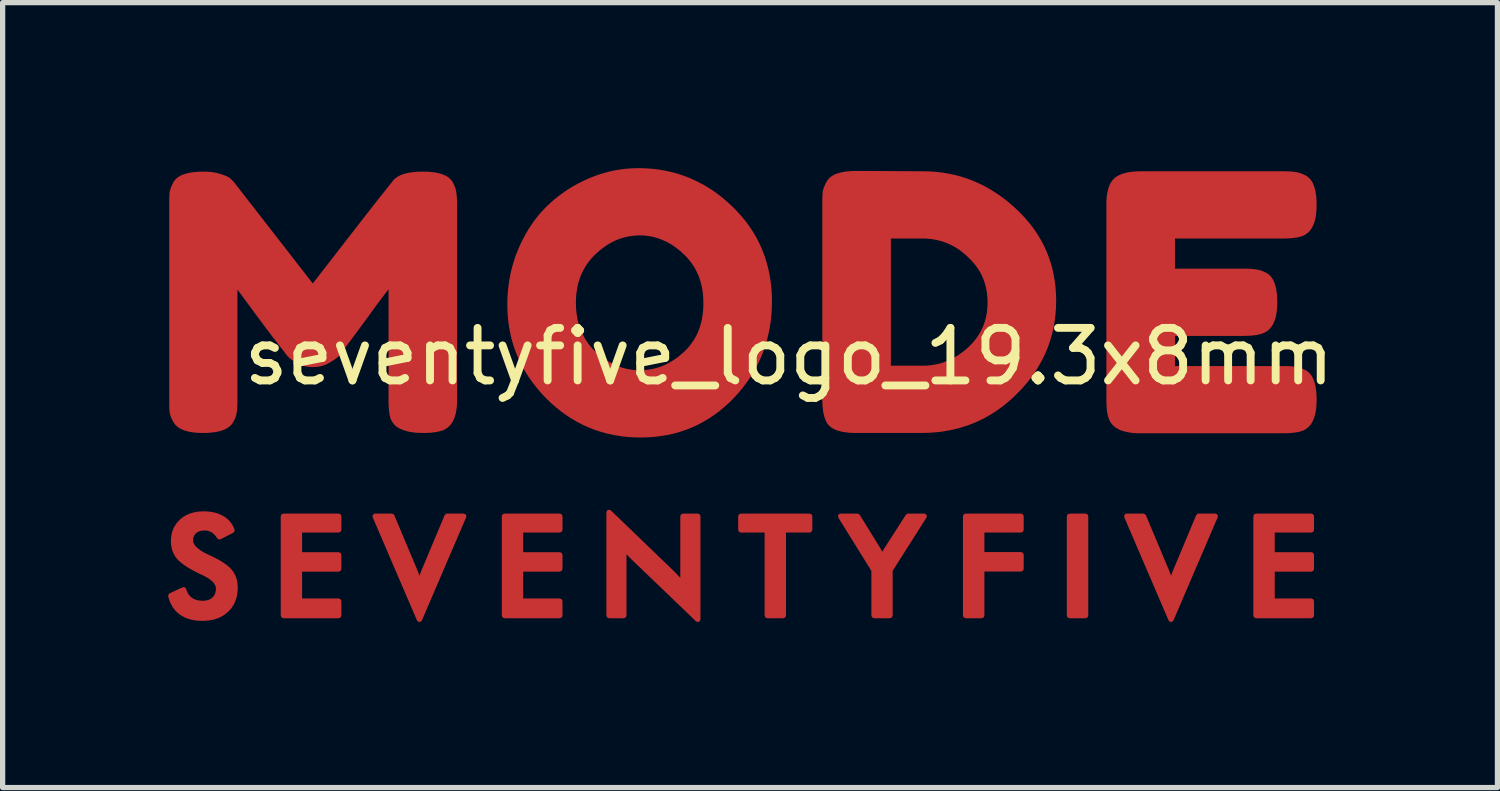
<source format=kicad_pcb>
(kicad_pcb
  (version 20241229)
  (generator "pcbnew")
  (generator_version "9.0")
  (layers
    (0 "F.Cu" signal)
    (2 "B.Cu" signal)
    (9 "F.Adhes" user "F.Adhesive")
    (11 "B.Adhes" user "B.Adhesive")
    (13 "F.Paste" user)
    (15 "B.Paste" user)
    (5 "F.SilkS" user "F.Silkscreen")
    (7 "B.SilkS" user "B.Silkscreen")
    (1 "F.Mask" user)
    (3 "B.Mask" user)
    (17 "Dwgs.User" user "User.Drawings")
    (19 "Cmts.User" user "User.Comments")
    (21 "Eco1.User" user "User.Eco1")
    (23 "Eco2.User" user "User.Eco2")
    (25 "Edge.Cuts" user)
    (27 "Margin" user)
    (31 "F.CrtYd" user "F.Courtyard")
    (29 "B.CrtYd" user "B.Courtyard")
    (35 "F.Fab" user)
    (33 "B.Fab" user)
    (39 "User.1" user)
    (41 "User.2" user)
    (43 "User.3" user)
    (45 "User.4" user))
  (footprint "seventyfive_logo_19.3x8mm"
    (layer "F.Cu")
    (at 11.968 4.236)
    (property "Reference" "seventyfive_logo_19.3x8mm" (at 0 -0.5 0) (unlocked yes) (layer "F.SilkS") (effects (font (size 1 1) (thickness 0.15))))
    (attr exclude_from_pos_files exclude_from_bom)
    (fp_poly (pts (xy 5.337 4.431) (xy 5.337 2.539) (xy 5.645 2.539) (xy 5.645 4.431) (xy 5.337 4.431)) (stroke (width 0.4) (type solid)) (fill yes) (layer "F.Mask"))
    (fp_poly (pts (xy -0.108 2.8) (xy -0.108 4.431) (xy -0.415 4.431) (xy -0.415 2.8) (xy -0.918 2.8) (xy -0.918 2.539) (xy 0.392 2.539) (xy 0.392 2.8) (xy -0.108 2.8)) (stroke (width 0.4) (type solid)) (fill yes) (layer "F.Mask"))
    (fp_poly (pts (xy 3.36 4.431) (xy 3.36 2.539) (xy 4.415 2.539) (xy 4.415 2.8) (xy 3.667 2.8) (xy 3.667 3.272) (xy 4.415 3.272) (xy 4.415 3.542) (xy 3.667 3.542) (xy 3.667 4.431) (xy 3.36 4.431)) (stroke (width 0.4) (type solid)) (fill yes) (layer "F.Mask"))
    (fp_poly (pts (xy -9.626 4.431) (xy -9.626 2.539) (xy -8.57 2.539) (xy -8.57 2.8) (xy -9.318 2.8) (xy -9.318 3.275) (xy -8.57 3.275) (xy -8.57 3.545) (xy -9.318 3.545) (xy -9.318 4.156) (xy -8.57 4.156) (xy -8.57 4.431) (xy -9.626 4.431)) (stroke (width 0.4) (type solid)) (fill yes) (layer "F.Mask"))
    (fp_poly (pts (xy -5.418 4.431) (xy -5.418 2.539) (xy -4.362 2.539) (xy -4.362 2.8) (xy -5.11 2.8) (xy -5.11 3.275) (xy -4.362 3.275) (xy -4.362 3.545) (xy -5.11 3.545) (xy -5.11 4.156) (xy -4.362 4.156) (xy -4.362 4.431) (xy -5.418 4.431)) (stroke (width 0.4) (type solid)) (fill yes) (layer "F.Mask"))
    (fp_poly (pts (xy 8.886 4.431) (xy 8.886 2.539) (xy 9.942 2.539) (xy 9.942 2.8) (xy 9.194 2.8) (xy 9.194 3.275) (xy 9.942 3.275) (xy 9.942 3.545) (xy 9.194 3.545) (xy 9.194 4.156) (xy 9.942 4.156) (xy 9.942 4.431) (xy 8.886 4.431)) (stroke (width 0.4) (type solid)) (fill yes) (layer "F.Mask"))
    (fp_poly (pts (xy 1.616 4.431) (xy 1.616 3.565) (xy 0.979 2.539) (xy 1.302 2.539) (xy 1.699 3.182) (xy 1.706 3.195) (xy 1.715 3.21) (xy 1.724 3.227) (xy 1.734 3.246) (xy 1.745 3.267) (xy 1.756 3.288) (xy 1.767 3.31) (xy 1.778 3.333) (xy 1.787 3.31) (xy 1.796 3.289) (xy 1.805 3.268) (xy 1.815 3.247) (xy 1.82 3.238) (xy 1.826 3.228) (xy 1.831 3.218) (xy 1.836 3.209) (xy 1.841 3.2) (xy 1.847 3.191) (xy 1.852 3.182) (xy 1.858 3.174) (xy 2.265 2.539) (xy 2.572 2.539) (xy 1.921 3.565) (xy 1.921 4.431) (xy 1.616 4.431)) (stroke (width 0.4) (type solid)) (fill yes) (layer "F.Mask"))
    (fp_poly (pts (xy -3.428 4.431) (xy -3.428 2.465) (xy -2.226 3.621) (xy -2.202 3.646) (xy -2.177 3.671) (xy -2.152 3.698) (xy -2.127 3.725) (xy -2.114 3.74) (xy -2.101 3.754) (xy -2.088 3.769) (xy -2.075 3.785) (xy -2.062 3.8) (xy -2.048 3.817) (xy -2.021 3.851) (xy -2.021 2.539) (xy -1.737 2.539) (xy -1.737 4.504) (xy -2.963 3.328) (xy -2.975 3.316) (xy -2.987 3.303) (xy -2.999 3.291) (xy -3.011 3.278) (xy -3.023 3.266) (xy -3.035 3.253) (xy -3.046 3.24) (xy -3.058 3.227) (xy -3.069 3.213) (xy -3.08 3.2) (xy -3.091 3.186) (xy -3.102 3.173) (xy -3.113 3.159) (xy -3.124 3.144) (xy -3.134 3.13) (xy -3.145 3.116) (xy -3.145 4.431) (xy -3.428 4.431)) (stroke (width 0.4) (type solid)) (fill yes) (layer "F.Mask"))
    (fp_poly (pts (xy 7.269 4.504) (xy 6.425 2.539) (xy 6.745 2.539) (xy 7.168 3.547) (xy 7.186 3.59) (xy 7.203 3.632) (xy 7.21 3.652) (xy 7.217 3.672) (xy 7.224 3.691) (xy 7.23 3.71) (xy 7.236 3.728) (xy 7.242 3.746) (xy 7.247 3.764) (xy 7.252 3.782) (xy 7.257 3.799) (xy 7.261 3.817) (xy 7.265 3.834) (xy 7.269 3.851) (xy 7.273 3.833) (xy 7.278 3.815) (xy 7.283 3.797) (xy 7.288 3.778) (xy 7.294 3.76) (xy 7.299 3.741) (xy 7.305 3.722) (xy 7.312 3.703) (xy 7.318 3.684) (xy 7.325 3.665) (xy 7.332 3.646) (xy 7.34 3.626) (xy 7.348 3.607) (xy 7.356 3.587) (xy 7.364 3.567) (xy 7.373 3.547) (xy 7.795 2.539) (xy 8.113 2.539) (xy 7.269 4.504)) (stroke (width 0.4) (type solid)) (fill yes) (layer "F.Mask"))
    (fp_poly (pts (xy -7.035 4.504) (xy -7.878 2.539) (xy -7.559 2.539) (xy -7.136 3.547) (xy -7.118 3.59) (xy -7.109 3.611) (xy -7.101 3.632) (xy -7.094 3.652) (xy -7.087 3.672) (xy -7.08 3.691) (xy -7.074 3.71) (xy -7.068 3.728) (xy -7.062 3.746) (xy -7.057 3.764) (xy -7.052 3.782) (xy -7.047 3.799) (xy -7.043 3.817) (xy -7.038 3.834) (xy -7.035 3.851) (xy -7.03 3.833) (xy -7.026 3.815) (xy -7.021 3.797) (xy -7.016 3.778) (xy -7.01 3.76) (xy -7.005 3.741) (xy -6.998 3.722) (xy -6.992 3.703) (xy -6.986 3.684) (xy -6.979 3.665) (xy -6.972 3.646) (xy -6.964 3.626) (xy -6.956 3.607) (xy -6.948 3.587) (xy -6.94 3.567) (xy -6.931 3.547) (xy -6.509 2.539) (xy -6.191 2.539) (xy -7.035 4.504)) (stroke (width 0.4) (type solid)) (fill yes) (layer "F.Mask"))
    (fp_poly (pts (xy 1.288 -3.983) (xy 1.235 -3.982) (xy 1.184 -3.98) (xy 1.137 -3.976) (xy 1.091 -3.971) (xy 1.049 -3.965) (xy 1.009 -3.957) (xy 0.972 -3.948) (xy 0.938 -3.938) (xy 0.906 -3.926) (xy 0.876 -3.912) (xy 0.85 -3.897) (xy 0.826 -3.881) (xy 0.805 -3.864) (xy 0.786 -3.845) (xy 0.77 -3.824) (xy 0.757 -3.803) (xy 0.744 -3.778) (xy 0.732 -3.754) (xy 0.722 -3.731) (xy 0.713 -3.709) (xy 0.705 -3.688) (xy 0.698 -3.667) (xy 0.696 -3.658) (xy 0.693 -3.648) (xy 0.691 -3.638) (xy 0.689 -3.629) (xy 0.688 -3.609) (xy 0.686 -3.587) (xy 0.685 -3.562) (xy 0.684 -3.534) (xy 0.683 -3.504) (xy 0.683 -3.47) (xy 0.682 -3.396) (xy 0.682 -1.746) (xy 1.888 -1.746) (xy 1.888 -2.796) (xy 2.541 -2.796) (xy 2.605 -2.794) (xy 2.668 -2.79) (xy 2.73 -2.783) (xy 2.791 -2.773) (xy 2.851 -2.76) (xy 2.91 -2.744) (xy 2.968 -2.726) (xy 3.025 -2.704) (xy 3.08 -2.68) (xy 3.135 -2.652) (xy 3.188 -2.622) (xy 3.241 -2.589) (xy 3.292 -2.554) (xy 3.342 -2.515) (xy 3.392 -2.473) (xy 3.44 -2.429) (xy 3.487 -2.383) (xy 3.531 -2.336) (xy 3.572 -2.288) (xy 3.61 -2.238) (xy 3.645 -2.186) (xy 3.676 -2.134) (xy 3.705 -2.08) (xy 3.731 -2.024) (xy 3.754 -1.967) (xy 3.773 -1.909) (xy 3.79 -1.849) (xy 3.804 -1.788) (xy 3.814 -1.725) (xy 3.822 -1.661) (xy 3.826 -1.596) (xy 3.828 -1.529) (xy 3.826 -1.462) (xy 3.822 -1.397) (xy 3.814 -1.333) (xy 3.803 -1.27) (xy 3.789 -1.209) (xy 3.772 -1.149) (xy 3.752 -1.091) (xy 3.729 -1.034) (xy 3.703 -0.978) (xy 3.674 -0.924) (xy 3.641 -0.871) (xy 3.606 -0.82) (xy 3.567 -0.77) (xy 3.526 -0.722) (xy 3.481 -0.675) (xy 3.433 -0.629) (xy 3.383 -0.586) (xy 3.333 -0.546) (xy 3.282 -0.509) (xy 3.23 -0.474) (xy 3.177 -0.443) (xy 3.124 -0.414) (xy 3.069 -0.387) (xy 3.014 -0.364) (xy 2.959 -0.343) (xy 2.902 -0.325) (xy 2.845 -0.31) (xy 2.787 -0.298) (xy 2.728 -0.288) (xy 2.669 -0.281) (xy 2.609 -0.277) (xy 2.548 -0.276) (xy 1.888 -0.276) (xy 1.888 -1.746) (xy 0.682 -1.746) (xy 0.682 0.311) (xy 0.683 0.381) (xy 0.685 0.414) (xy 0.687 0.445) (xy 0.69 0.476) (xy 0.694 0.506) (xy 0.698 0.534) (xy 0.703 0.561) (xy 0.708 0.587) (xy 0.714 0.612) (xy 0.721 0.636) (xy 0.728 0.659) (xy 0.736 0.68) (xy 0.745 0.7) (xy 0.754 0.72) (xy 0.764 0.738) (xy 0.771 0.748) (xy 0.778 0.758) (xy 0.786 0.768) (xy 0.794 0.777) (xy 0.803 0.786) (xy 0.813 0.794) (xy 0.824 0.803) (xy 0.834 0.811) (xy 0.846 0.818) (xy 0.858 0.826) (xy 0.871 0.833) (xy 0.884 0.839) (xy 0.899 0.846) (xy 0.913 0.852) (xy 0.928 0.858) (xy 0.944 0.863) (xy 0.961 0.868) (xy 0.978 0.873) (xy 1.014 0.881) (xy 1.052 0.888) (xy 1.093 0.894) (xy 1.137 0.899) (xy 1.182 0.902) (xy 1.231 0.904) (xy 1.281 0.905) (xy 2.528 0.905) (xy 2.657 0.902) (xy 2.783 0.893) (xy 2.907 0.879) (xy 3.029 0.859) (xy 3.148 0.834) (xy 3.265 0.802) (xy 3.379 0.766) (xy 3.491 0.723) (xy 3.6 0.675) (xy 3.707 0.621) (xy 3.812 0.561) (xy 3.914 0.496) (xy 4.013 0.425) (xy 4.111 0.348) (xy 4.205 0.266) (xy 4.298 0.178) (xy 4.387 0.086) (xy 4.47 -0.008) (xy 4.548 -0.105) (xy 4.619 -0.203) (xy 4.686 -0.304) (xy 4.746 -0.408) (xy 4.801 -0.513) (xy 4.849 -0.621) (xy 4.892 -0.73) (xy 4.93 -0.843) (xy 4.961 -0.957) (xy 4.987 -1.074) (xy 5.007 -1.192) (xy 5.022 -1.313) (xy 5.03 -1.437) (xy 5.033 -1.562) (xy 5.03 -1.689) (xy 5.022 -1.812) (xy 5.007 -1.933) (xy 4.987 -2.052) (xy 4.96 -2.168) (xy 4.928 -2.281) (xy 4.89 -2.392) (xy 4.846 -2.501) (xy 4.796 -2.606) (xy 4.741 -2.71) (xy 4.679 -2.81) (xy 4.612 -2.909) (xy 4.539 -3.004) (xy 4.46 -3.097) (xy 4.375 -3.188) (xy 4.284 -3.276) (xy 4.19 -3.36) (xy 4.093 -3.44) (xy 3.995 -3.514) (xy 3.895 -3.582) (xy 3.793 -3.645) (xy 3.689 -3.702) (xy 3.583 -3.754) (xy 3.476 -3.801) (xy 3.366 -3.842) (xy 3.255 -3.877) (xy 3.142 -3.907) (xy 3.027 -3.932) (xy 2.91 -3.951) (xy 2.791 -3.965) (xy 2.67 -3.973) (xy 2.548 -3.976) (xy 1.288 -3.983)) (stroke (width 0.4) (type solid)) (fill yes) (layer "F.Mask"))
    (fp_poly (pts (xy -2.916 -4.035) (xy -2.916 -2.853) (xy -2.896 -2.853) (xy -2.889 -2.854) (xy -2.875 -2.855) (xy -2.868 -2.855) (xy -2.861 -2.855) (xy -2.855 -2.856) (xy -2.848 -2.856) (xy -2.788 -2.854) (xy -2.728 -2.85) (xy -2.67 -2.843) (xy -2.612 -2.833) (xy -2.555 -2.82) (xy -2.498 -2.804) (xy -2.443 -2.786) (xy -2.388 -2.764) (xy -2.334 -2.74) (xy -2.281 -2.713) (xy -2.228 -2.683) (xy -2.176 -2.65) (xy -2.125 -2.614) (xy -2.075 -2.575) (xy -2.025 -2.534) (xy -1.976 -2.489) (xy -1.928 -2.442) (xy -1.884 -2.394) (xy -1.842 -2.343) (xy -1.803 -2.291) (xy -1.768 -2.237) (xy -1.735 -2.18) (xy -1.706 -2.122) (xy -1.68 -2.062) (xy -1.657 -2.001) (xy -1.637 -1.937) (xy -1.62 -1.871) (xy -1.606 -1.804) (xy -1.595 -1.735) (xy -1.587 -1.664) (xy -1.583 -1.59) (xy -1.581 -1.516) (xy -1.583 -1.441) (xy -1.587 -1.368) (xy -1.595 -1.297) (xy -1.605 -1.228) (xy -1.619 -1.161) (xy -1.636 -1.095) (xy -1.655 -1.032) (xy -1.678 -0.971) (xy -1.704 -0.911) (xy -1.733 -0.854) (xy -1.764 -0.798) (xy -1.799 -0.744) (xy -1.837 -0.693) (xy -1.878 -0.643) (xy -1.922 -0.595) (xy -1.969 -0.549) (xy -2.018 -0.505) (xy -2.068 -0.465) (xy -2.118 -0.427) (xy -2.169 -0.391) (xy -2.221 -0.359) (xy -2.274 -0.33) (xy -2.327 -0.303) (xy -2.381 -0.279) (xy -2.436 -0.258) (xy -2.492 -0.239) (xy -2.548 -0.224) (xy -2.605 -0.211) (xy -2.663 -0.201) (xy -2.722 -0.194) (xy -2.781 -0.19) (xy -2.841 -0.189) (xy -2.901 -0.19) (xy -2.96 -0.195) (xy -3.019 -0.202) (xy -3.077 -0.212) (xy -3.134 -0.225) (xy -3.191 -0.24) (xy -3.247 -0.259) (xy -3.302 -0.28) (xy -3.357 -0.305) (xy -3.411 -0.332) (xy -3.464 -0.362) (xy -3.516 -0.395) (xy -3.568 -0.431) (xy -3.619 -0.469) (xy -3.669 -0.511) (xy -3.719 -0.555) (xy -3.766 -0.603) (xy -3.81 -0.652) (xy -3.851 -0.703) (xy -3.889 -0.756) (xy -3.924 -0.81) (xy -3.956 -0.866) (xy -3.984 -0.924) (xy -4.01 -0.984) (xy -4.033 -1.045) (xy -4.053 -1.108) (xy -4.069 -1.173) (xy -4.083 -1.239) (xy -4.094 -1.308) (xy -4.101 -1.377) (xy -4.106 -1.449) (xy -4.107 -1.522) (xy -4.106 -1.596) (xy -4.101 -1.667) (xy -4.094 -1.737) (xy -4.083 -1.805) (xy -4.069 -1.871) (xy -4.053 -1.935) (xy -4.033 -1.998) (xy -4.01 -2.059) (xy -3.984 -2.118) (xy -3.956 -2.176) (xy -3.924 -2.231) (xy -3.889 -2.285) (xy -3.851 -2.337) (xy -3.81 -2.387) (xy -3.766 -2.436) (xy -3.719 -2.482) (xy -3.674 -2.525) (xy -3.628 -2.564) (xy -3.581 -2.601) (xy -3.534 -2.635) (xy -3.486 -2.667) (xy -3.437 -2.697) (xy -3.388 -2.724) (xy -3.338 -2.748) (xy -3.287 -2.77) (xy -3.236 -2.789) (xy -3.184 -2.806) (xy -3.132 -2.82) (xy -3.079 -2.832) (xy -3.025 -2.841) (xy -2.971 -2.848) (xy -2.916 -2.852) (xy -2.916 -4.035) (xy -2.971 -4.033) (xy -3.027 -4.03) (xy -3.082 -4.026) (xy -3.137 -4.02) (xy -3.191 -4.013) (xy -3.246 -4.005) (xy -3.3 -3.995) (xy -3.354 -3.984) (xy -3.408 -3.972) (xy -3.462 -3.958) (xy -3.515 -3.943) (xy -3.569 -3.927) (xy -3.622 -3.91) (xy -3.675 -3.891) (xy -3.728 -3.871) (xy -3.78 -3.849) (xy -3.835 -3.825) (xy -3.889 -3.8) (xy -3.943 -3.774) (xy -3.995 -3.747) (xy -4.047 -3.719) (xy -4.098 -3.689) (xy -4.148 -3.659) (xy -4.197 -3.627) (xy -4.246 -3.595) (xy -4.294 -3.561) (xy -4.341 -3.526) (xy -4.387 -3.49) (xy -4.432 -3.453) (xy -4.477 -3.415) (xy -4.521 -3.376) (xy -4.564 -3.336) (xy -4.606 -3.294) (xy -4.646 -3.252) (xy -4.686 -3.208) (xy -4.725 -3.163) (xy -4.763 -3.116) (xy -4.8 -3.068) (xy -4.835 -3.019) (xy -4.87 -2.969) (xy -4.903 -2.918) (xy -4.936 -2.865) (xy -4.967 -2.811) (xy -4.998 -2.756) (xy -5.027 -2.699) (xy -5.055 -2.642) (xy -5.082 -2.583) (xy -5.108 -2.522) (xy -5.133 -2.462) (xy -5.156 -2.401) (xy -5.178 -2.34) (xy -5.198 -2.278) (xy -5.216 -2.215) (xy -5.233 -2.152) (xy -5.248 -2.088) (xy -5.261 -2.024) (xy -5.273 -1.959) (xy -5.284 -1.894) (xy -5.293 -1.828) (xy -5.3 -1.761) (xy -5.305 -1.694) (xy -5.309 -1.626) (xy -5.312 -1.558) (xy -5.313 -1.489) (xy -5.31 -1.363) (xy -5.301 -1.24) (xy -5.287 -1.119) (xy -5.267 -1) (xy -5.242 -0.883) (xy -5.211 -0.768) (xy -5.174 -0.656) (xy -5.132 -0.546) (xy -5.084 -0.437) (xy -5.031 -0.332) (xy -4.971 -0.228) (xy -4.906 -0.126) (xy -4.836 -0.027) (xy -4.76 0.07) (xy -4.678 0.165) (xy -4.591 0.258) (xy -4.498 0.347) (xy -4.404 0.43) (xy -4.307 0.507) (xy -4.207 0.579) (xy -4.105 0.645) (xy -4.001 0.705) (xy -3.895 0.759) (xy -3.786 0.808) (xy -3.674 0.851) (xy -3.56 0.888) (xy -3.444 0.92) (xy -3.326 0.945) (xy -3.205 0.965) (xy -3.081 0.98) (xy -2.955 0.988) (xy -2.827 0.991) (xy -2.699 0.988) (xy -2.574 0.98) (xy -2.451 0.965) (xy -2.33 0.945) (xy -2.212 0.919) (xy -2.097 0.887) (xy -1.984 0.85) (xy -1.874 0.806) (xy -1.766 0.757) (xy -1.661 0.702) (xy -1.559 0.641) (xy -1.459 0.575) (xy -1.361 0.503) (xy -1.266 0.425) (xy -1.174 0.341) (xy -1.084 0.251) (xy -0.998 0.157) (xy -0.918 0.06) (xy -0.843 -0.04) (xy -0.774 -0.141) (xy -0.711 -0.245) (xy -0.653 -0.352) (xy -0.6 -0.461) (xy -0.553 -0.572) (xy -0.511 -0.686) (xy -0.476 -0.802) (xy -0.445 -0.92) (xy -0.42 -1.041) (xy -0.401 -1.165) (xy -0.387 -1.29) (xy -0.379 -1.418) (xy -0.376 -1.549) (xy -0.379 -1.68) (xy -0.388 -1.809) (xy -0.402 -1.934) (xy -0.422 -2.057) (xy -0.448 -2.178) (xy -0.48 -2.295) (xy -0.518 -2.41) (xy -0.561 -2.522) (xy -0.611 -2.632) (xy -0.666 -2.739) (xy -0.727 -2.843) (xy -0.793 -2.944) (xy -0.866 -3.043) (xy -0.944 -3.139) (xy -1.028 -3.232) (xy -1.118 -3.322) (xy -1.212 -3.409) (xy -1.308 -3.49) (xy -1.406 -3.565) (xy -1.506 -3.635) (xy -1.608 -3.699) (xy -1.712 -3.757) (xy -1.818 -3.81) (xy -1.927 -3.857) (xy -2.037 -3.899) (xy -2.149 -3.936) (xy -2.264 -3.966) (xy -2.381 -3.991) (xy -2.499 -4.011) (xy -2.62 -4.025) (xy -2.743 -4.033) (xy -2.868 -4.036) (xy -2.877 -4.036) (xy -2.885 -4.036) (xy -2.894 -4.035) (xy -2.903 -4.035)) (stroke (width 0.4) (type solid)) (fill yes) (layer "F.Mask"))
    (fp_poly (pts (xy 7.294 -0.269) (xy 9.392 -0.269) (xy 9.43 -0.269) (xy 9.465 -0.268) (xy 9.498 -0.267) (xy 9.528 -0.266) (xy 9.556 -0.264) (xy 9.581 -0.261) (xy 9.603 -0.259) (xy 9.623 -0.256) (xy 9.634 -0.255) (xy 9.644 -0.253) (xy 9.655 -0.251) (xy 9.665 -0.249) (xy 9.676 -0.247) (xy 9.687 -0.244) (xy 9.699 -0.241) (xy 9.71 -0.237) (xy 9.722 -0.233) (xy 9.733 -0.229) (xy 9.745 -0.224) (xy 9.757 -0.219) (xy 9.77 -0.214) (xy 9.782 -0.208) (xy 9.794 -0.202) (xy 9.807 -0.196) (xy 9.818 -0.189) (xy 9.829 -0.183) (xy 9.84 -0.175) (xy 9.85 -0.167) (xy 9.86 -0.158) (xy 9.87 -0.149) (xy 9.879 -0.139) (xy 9.888 -0.128) (xy 9.896 -0.117) (xy 9.904 -0.105) (xy 9.912 -0.092) (xy 9.919 -0.079) (xy 9.926 -0.065) (xy 9.933 -0.05) (xy 9.939 -0.035) (xy 9.945 -0.019) (xy 9.95 -0.002) (xy 9.956 0.015) (xy 9.961 0.033) (xy 9.965 0.051) (xy 9.969 0.071) (xy 9.973 0.09) (xy 9.979 0.132) (xy 9.984 0.176) (xy 9.988 0.223) (xy 9.99 0.272) (xy 9.991 0.325) (xy 9.99 0.381) (xy 9.987 0.435) (xy 9.982 0.486) (xy 9.975 0.534) (xy 9.966 0.578) (xy 9.955 0.62) (xy 9.943 0.659) (xy 9.928 0.695) (xy 9.911 0.727) (xy 9.893 0.757) (xy 9.872 0.783) (xy 9.849 0.807) (xy 9.825 0.828) (xy 9.798 0.845) (xy 9.769 0.86) (xy 9.739 0.871) (xy 9.724 0.876) (xy 9.708 0.881) (xy 9.691 0.885) (xy 9.673 0.889) (xy 9.655 0.892) (xy 9.635 0.896) (xy 9.614 0.899) (xy 9.593 0.901) (xy 9.57 0.904) (xy 9.546 0.906) (xy 9.496 0.909) (xy 9.443 0.911) (xy 9.385 0.911) (xy 6.688 0.911) (xy 6.63 0.91) (xy 6.575 0.907) (xy 6.524 0.902) (xy 6.475 0.895) (xy 6.429 0.886) (xy 6.387 0.876) (xy 6.347 0.863) (xy 6.311 0.848) (xy 6.277 0.831) (xy 6.247 0.812) (xy 6.22 0.791) (xy 6.196 0.769) (xy 6.175 0.744) (xy 6.157 0.717) (xy 6.142 0.689) (xy 6.13 0.658) (xy 6.125 0.644) (xy 6.121 0.629) (xy 6.116 0.613) (xy 6.112 0.597) (xy 6.109 0.579) (xy 6.105 0.56) (xy 6.102 0.54) (xy 6.1 0.52) (xy 6.097 0.498) (xy 6.095 0.475) (xy 6.093 0.451) (xy 6.092 0.427) (xy 6.09 0.374) (xy 6.089 0.318) (xy 6.089 -3.389) (xy 6.09 -3.431) (xy 6.091 -3.471) (xy 6.094 -3.509) (xy 6.097 -3.545) (xy 6.102 -3.58) (xy 6.108 -3.613) (xy 6.114 -3.645) (xy 6.122 -3.674) (xy 6.13 -3.702) (xy 6.14 -3.728) (xy 6.15 -3.753) (xy 6.162 -3.775) (xy 6.175 -3.796) (xy 6.188 -3.816) (xy 6.203 -3.833) (xy 6.219 -3.849) (xy 6.236 -3.865) (xy 6.255 -3.879) (xy 6.275 -3.892) (xy 6.298 -3.905) (xy 6.322 -3.916) (xy 6.348 -3.926) (xy 6.376 -3.936) (xy 6.406 -3.944) (xy 6.437 -3.952) (xy 6.471 -3.958) (xy 6.506 -3.963) (xy 6.543 -3.968) (xy 6.582 -3.971) (xy 6.622 -3.974) (xy 6.665 -3.975) (xy 6.709 -3.976) (xy 9.392 -3.976) (xy 9.43 -3.976) (xy 9.465 -3.975) (xy 9.498 -3.974) (xy 9.528 -3.973) (xy 9.556 -3.971) (xy 9.581 -3.968) (xy 9.603 -3.966) (xy 9.623 -3.963) (xy 9.634 -3.961) (xy 9.644 -3.96) (xy 9.655 -3.958) (xy 9.665 -3.956) (xy 9.676 -3.954) (xy 9.687 -3.951) (xy 9.699 -3.948) (xy 9.71 -3.944) (xy 9.722 -3.94) (xy 9.733 -3.936) (xy 9.745 -3.931) (xy 9.757 -3.926) (xy 9.77 -3.921) (xy 9.782 -3.915) (xy 9.794 -3.909) (xy 9.807 -3.902) (xy 9.818 -3.896) (xy 9.829 -3.89) (xy 9.84 -3.882) (xy 9.85 -3.874) (xy 9.86 -3.865) (xy 9.87 -3.856) (xy 9.879 -3.846) (xy 9.888 -3.835) (xy 9.896 -3.824) (xy 9.904 -3.812) (xy 9.912 -3.799) (xy 9.919 -3.786) (xy 9.926 -3.772) (xy 9.933 -3.757) (xy 9.939 -3.742) (xy 9.945 -3.726) (xy 9.95 -3.709) (xy 9.956 -3.692) (xy 9.961 -3.674) (xy 9.965 -3.656) (xy 9.969 -3.636) (xy 9.973 -3.617) (xy 9.979 -3.575) (xy 9.984 -3.531) (xy 9.988 -3.484) (xy 9.99 -3.434) (xy 9.991 -3.382) (xy 9.99 -3.326) (xy 9.987 -3.272) (xy 9.982 -3.221) (xy 9.975 -3.173) (xy 9.966 -3.129) (xy 9.955 -3.087) (xy 9.943 -3.048) (xy 9.928 -3.012) (xy 9.911 -2.98) (xy 9.893 -2.95) (xy 9.872 -2.924) (xy 9.849 -2.9) (xy 9.825 -2.879) (xy 9.798 -2.862) (xy 9.769 -2.847) (xy 9.739 -2.836) (xy 9.724 -2.831) (xy 9.708 -2.826) (xy 9.691 -2.822) (xy 9.673 -2.818) (xy 9.655 -2.815) (xy 9.635 -2.811) (xy 9.614 -2.808) (xy 9.593 -2.806) (xy 9.57 -2.803) (xy 9.546 -2.801) (xy 9.496 -2.798) (xy 9.443 -2.796) (xy 9.385 -2.796) (xy 7.294 -2.796) (xy 7.294 -2.122) (xy 8.643 -2.122) (xy 8.681 -2.122) (xy 8.716 -2.122) (xy 8.749 -2.12) (xy 8.779 -2.119) (xy 8.807 -2.117) (xy 8.832 -2.115) (xy 8.854 -2.112) (xy 8.874 -2.109) (xy 8.884 -2.108) (xy 8.895 -2.107) (xy 8.906 -2.105) (xy 8.916 -2.103) (xy 8.927 -2.1) (xy 8.938 -2.097) (xy 8.95 -2.094) (xy 8.961 -2.091) (xy 8.973 -2.087) (xy 8.984 -2.082) (xy 8.996 -2.078) (xy 9.008 -2.073) (xy 9.02 -2.067) (xy 9.033 -2.062) (xy 9.045 -2.055) (xy 9.058 -2.049) (xy 9.069 -2.043) (xy 9.08 -2.036) (xy 9.091 -2.029) (xy 9.101 -2.02) (xy 9.111 -2.012) (xy 9.121 -2.002) (xy 9.13 -1.992) (xy 9.138 -1.982) (xy 9.147 -1.97) (xy 9.155 -1.958) (xy 9.163 -1.945) (xy 9.17 -1.932) (xy 9.177 -1.918) (xy 9.184 -1.904) (xy 9.19 -1.888) (xy 9.196 -1.872) (xy 9.202 -1.856) (xy 9.207 -1.839) (xy 9.212 -1.821) (xy 9.216 -1.802) (xy 9.22 -1.783) (xy 9.224 -1.763) (xy 9.23 -1.721) (xy 9.235 -1.677) (xy 9.239 -1.63) (xy 9.241 -1.581) (xy 9.242 -1.529) (xy 9.241 -1.472) (xy 9.238 -1.418) (xy 9.233 -1.368) (xy 9.226 -1.32) (xy 9.217 -1.275) (xy 9.206 -1.233) (xy 9.192 -1.195) (xy 9.177 -1.159) (xy 9.16 -1.126) (xy 9.141 -1.097) (xy 9.12 -1.07) (xy 9.096 -1.046) (xy 9.071 -1.026) (xy 9.044 -1.008) (xy 9.015 -0.994) (xy 8.983 -0.982) (xy 8.968 -0.977) (xy 8.952 -0.973) (xy 8.935 -0.969) (xy 8.918 -0.965) (xy 8.899 -0.961) (xy 8.879 -0.958) (xy 8.858 -0.955) (xy 8.837 -0.952) (xy 8.814 -0.95) (xy 8.791 -0.948) (xy 8.741 -0.945) (xy 8.687 -0.943) (xy 8.629 -0.942) (xy 7.294 -0.942) (xy 7.294 -0.269)) (stroke (width 0.4) (type solid)) (fill yes) (layer "F.Mask"))
    (fp_poly (pts (xy -11.768 4.052) (xy -11.523 3.939) (xy -11.518 3.954) (xy -11.513 3.969) (xy -11.508 3.984) (xy -11.502 3.998) (xy -11.496 4.012) (xy -11.489 4.025) (xy -11.481 4.038) (xy -11.474 4.05) (xy -11.465 4.062) (xy -11.457 4.074) (xy -11.448 4.085) (xy -11.438 4.095) (xy -11.428 4.105) (xy -11.417 4.115) (xy -11.407 4.124) (xy -11.395 4.132) (xy -11.383 4.14) (xy -11.371 4.148) (xy -11.358 4.155) (xy -11.345 4.161) (xy -11.332 4.167) (xy -11.318 4.173) (xy -11.304 4.177) (xy -11.289 4.182) (xy -11.274 4.186) (xy -11.259 4.189) (xy -11.243 4.192) (xy -11.227 4.194) (xy -11.21 4.196) (xy -11.193 4.197) (xy -11.175 4.198) (xy -11.157 4.198) (xy -11.141 4.198) (xy -11.124 4.197) (xy -11.108 4.196) (xy -11.093 4.194) (xy -11.077 4.191) (xy -11.063 4.188) (xy -11.048 4.184) (xy -11.035 4.179) (xy -11.021 4.174) (xy -11.008 4.169) (xy -10.996 4.162) (xy -10.984 4.155) (xy -10.972 4.148) (xy -10.961 4.14) (xy -10.951 4.131) (xy -10.94 4.122) (xy -10.931 4.112) (xy -10.921 4.102) (xy -10.913 4.092) (xy -10.905 4.081) (xy -10.897 4.069) (xy -10.891 4.058) (xy -10.885 4.045) (xy -10.879 4.033) (xy -10.875 4.02) (xy -10.87 4.007) (xy -10.867 3.993) (xy -10.864 3.979) (xy -10.862 3.964) (xy -10.86 3.949) (xy -10.859 3.934) (xy -10.859 3.918) (xy -10.859 3.908) (xy -10.86 3.897) (xy -10.861 3.887) (xy -10.863 3.877) (xy -10.866 3.867) (xy -10.869 3.857) (xy -10.872 3.847) (xy -10.876 3.837) (xy -10.881 3.827) (xy -10.886 3.817) (xy -10.892 3.808) (xy -10.898 3.798) (xy -10.905 3.788) (xy -10.912 3.779) (xy -10.92 3.77) (xy -10.928 3.76) (xy -10.937 3.751) (xy -10.946 3.742) (xy -10.967 3.724) (xy -10.99 3.706) (xy -11.015 3.688) (xy -11.042 3.671) (xy -11.071 3.654) (xy -11.102 3.637) (xy -11.135 3.621) (xy -11.154 3.612) (xy -11.17 3.604) (xy -11.183 3.598) (xy -11.195 3.592) (xy -11.27 3.555) (xy -11.338 3.518) (xy -11.4 3.482) (xy -11.456 3.447) (xy -11.481 3.43) (xy -11.504 3.413) (xy -11.526 3.397) (xy -11.547 3.38) (xy -11.566 3.364) (xy -11.583 3.348) (xy -11.598 3.333) (xy -11.612 3.317) (xy -11.625 3.301) (xy -11.636 3.285) (xy -11.647 3.269) (xy -11.657 3.252) (xy -11.667 3.234) (xy -11.675 3.217) (xy -11.683 3.198) (xy -11.69 3.18) (xy -11.696 3.16) (xy -11.701 3.141) (xy -11.705 3.121) (xy -11.709 3.101) (xy -11.712 3.08) (xy -11.714 3.059) (xy -11.715 3.037) (xy -11.716 3.015) (xy -11.715 2.986) (xy -11.713 2.958) (xy -11.71 2.931) (xy -11.706 2.905) (xy -11.7 2.879) (xy -11.694 2.854) (xy -11.686 2.829) (xy -11.676 2.806) (xy -11.666 2.783) (xy -11.654 2.76) (xy -11.642 2.738) (xy -11.628 2.717) (xy -11.612 2.697) (xy -11.596 2.677) (xy -11.578 2.658) (xy -11.559 2.64) (xy -11.539 2.623) (xy -11.518 2.607) (xy -11.497 2.591) (xy -11.474 2.577) (xy -11.451 2.565) (xy -11.427 2.553) (xy -11.403 2.542) (xy -11.377 2.533) (xy -11.351 2.524) (xy -11.324 2.517) (xy -11.297 2.511) (xy -11.268 2.506) (xy -11.239 2.502) (xy -11.209 2.499) (xy -11.179 2.497) (xy -11.147 2.497) (xy -11.121 2.497) (xy -11.096 2.498) (xy -11.071 2.5) (xy -11.047 2.502) (xy -11.023 2.505) (xy -11 2.508) (xy -10.977 2.512) (xy -10.955 2.517) (xy -10.933 2.523) (xy -10.912 2.529) (xy -10.892 2.535) (xy -10.872 2.543) (xy -10.852 2.551) (xy -10.833 2.559) (xy -10.815 2.568) (xy -10.797 2.578) (xy -10.78 2.589) (xy -10.763 2.599) (xy -10.747 2.611) (xy -10.732 2.623) (xy -10.717 2.635) (xy -10.704 2.648) (xy -10.69 2.662) (xy -10.678 2.676) (xy -10.666 2.691) (xy -10.655 2.706) (xy -10.644 2.722) (xy -10.634 2.738) (xy -10.625 2.755) (xy -10.617 2.773) (xy -10.609 2.791) (xy -10.602 2.809) (xy -10.842 2.933) (xy -10.849 2.923) (xy -10.857 2.912) (xy -10.864 2.902) (xy -10.871 2.892) (xy -10.879 2.882) (xy -10.886 2.873) (xy -10.894 2.865) (xy -10.902 2.856) (xy -10.91 2.848) (xy -10.918 2.841) (xy -10.926 2.834) (xy -10.934 2.827) (xy -10.942 2.82) (xy -10.951 2.814) (xy -10.959 2.808) (xy -10.968 2.803) (xy -10.976 2.798) (xy -10.985 2.793) (xy -10.993 2.789) (xy -11.002 2.785) (xy -11.012 2.781) (xy -11.021 2.778) (xy -11.03 2.775) (xy -11.04 2.772) (xy -11.05 2.77) (xy -11.06 2.767) (xy -11.07 2.766) (xy -11.08 2.764) (xy -11.09 2.763) (xy -11.101 2.762) (xy -11.112 2.762) (xy -11.123 2.762) (xy -11.138 2.762) (xy -11.153 2.763) (xy -11.167 2.764) (xy -11.181 2.766) (xy -11.195 2.768) (xy -11.208 2.771) (xy -11.221 2.774) (xy -11.234 2.778) (xy -11.246 2.782) (xy -11.258 2.787) (xy -11.269 2.792) (xy -11.28 2.798) (xy -11.291 2.804) (xy -11.301 2.811) (xy -11.311 2.818) (xy -11.32 2.826) (xy -11.329 2.835) (xy -11.337 2.843) (xy -11.345 2.852) (xy -11.352 2.861) (xy -11.358 2.871) (xy -11.364 2.881) (xy -11.37 2.891) (xy -11.374 2.902) (xy -11.379 2.913) (xy -11.382 2.924) (xy -11.385 2.936) (xy -11.388 2.948) (xy -11.39 2.96) (xy -11.391 2.973) (xy -11.392 2.986) (xy -11.393 2.999) (xy -11.392 3.01) (xy -11.391 3.021) (xy -11.39 3.031) (xy -11.388 3.042) (xy -11.385 3.052) (xy -11.381 3.063) (xy -11.377 3.073) (xy -11.373 3.083) (xy -11.367 3.093) (xy -11.361 3.104) (xy -11.355 3.114) (xy -11.348 3.124) (xy -11.34 3.134) (xy -11.331 3.144) (xy -11.322 3.154) (xy -11.312 3.164) (xy -11.302 3.174) (xy -11.291 3.184) (xy -11.267 3.203) (xy -11.241 3.223) (xy -11.212 3.242) (xy -11.181 3.261) (xy -11.147 3.28) (xy -11.111 3.299) (xy -11.072 3.317) (xy -11.05 3.328) (xy -11.033 3.335) (xy -10.966 3.368) (xy -10.904 3.4) (xy -10.875 3.416) (xy -10.848 3.431) (xy -10.822 3.447) (xy -10.797 3.463) (xy -10.774 3.479) (xy -10.752 3.495) (xy -10.731 3.51) (xy -10.712 3.526) (xy -10.694 3.542) (xy -10.677 3.557) (xy -10.662 3.573) (xy -10.648 3.588) (xy -10.636 3.604) (xy -10.624 3.62) (xy -10.613 3.637) (xy -10.603 3.654) (xy -10.593 3.671) (xy -10.585 3.689) (xy -10.577 3.708) (xy -10.57 3.727) (xy -10.564 3.746) (xy -10.558 3.766) (xy -10.554 3.787) (xy -10.55 3.807) (xy -10.547 3.829) (xy -10.545 3.851) (xy -10.544 3.873) (xy -10.544 3.896) (xy -10.544 3.929) (xy -10.546 3.961) (xy -10.55 3.993) (xy -10.554 4.023) (xy -10.56 4.053) (xy -10.568 4.082) (xy -10.576 4.11) (xy -10.586 4.137) (xy -10.597 4.164) (xy -10.61 4.189) (xy -10.624 4.214) (xy -10.639 4.237) (xy -10.655 4.26) (xy -10.673 4.282) (xy -10.693 4.303) (xy -10.713 4.324) (xy -10.735 4.343) (xy -10.757 4.361) (xy -10.781 4.377) (xy -10.805 4.393) (xy -10.83 4.407) (xy -10.857 4.42) (xy -10.884 4.431) (xy -10.912 4.442) (xy -10.941 4.451) (xy -10.971 4.459) (xy -11.002 4.466) (xy -11.034 4.471) (xy -11.066 4.476) (xy -11.1 4.479) (xy -11.135 4.481) (xy -11.17 4.481) (xy -11.2 4.481) (xy -11.229 4.479) (xy -11.258 4.477) (xy -11.286 4.474) (xy -11.313 4.47) (xy -11.339 4.466) (xy -11.365 4.46) (xy -11.39 4.453) (xy -11.415 4.446) (xy -11.439 4.438) (xy -11.462 4.429) (xy -11.484 4.419) (xy -11.506 4.408) (xy -11.527 4.396) (xy -11.547 4.384) (xy -11.567 4.37) (xy -11.586 4.356) (xy -11.604 4.341) (xy -11.621 4.325) (xy -11.637 4.309) (xy -11.653 4.291) (xy -11.667 4.273) (xy -11.681 4.255) (xy -11.694 4.235) (xy -11.706 4.215) (xy -11.718 4.194) (xy -11.728 4.172) (xy -11.738 4.15) (xy -11.747 4.126) (xy -11.755 4.102) (xy -11.762 4.078) (xy -11.768 4.052)) (stroke (width 0.4) (type solid)) (fill yes) (layer "F.Mask"))
    (fp_poly (pts (xy -6.444 -3.789) (xy -6.437 -3.777) (xy -6.431 -3.764) (xy -6.425 -3.752) (xy -6.419 -3.74) (xy -6.414 -3.729) (xy -6.409 -3.717) (xy -6.405 -3.705) (xy -6.401 -3.694) (xy -6.397 -3.683) (xy -6.394 -3.672) (xy -6.391 -3.661) (xy -6.389 -3.65) (xy -6.387 -3.64) (xy -6.385 -3.629) (xy -6.383 -3.619) (xy -6.382 -3.609) (xy -6.379 -3.588) (xy -6.376 -3.565) (xy -6.374 -3.539) (xy -6.372 -3.511) (xy -6.371 -3.48) (xy -6.37 -3.448) (xy -6.369 -3.413) (xy -6.369 -3.376) (xy -6.369 0.325) (xy -6.37 0.381) (xy -6.373 0.434) (xy -6.378 0.484) (xy -6.385 0.531) (xy -6.394 0.575) (xy -6.405 0.616) (xy -6.418 0.654) (xy -6.433 0.69) (xy -6.451 0.722) (xy -6.47 0.751) (xy -6.491 0.777) (xy -6.514 0.801) (xy -6.539 0.821) (xy -6.567 0.839) (xy -6.596 0.853) (xy -6.627 0.865) (xy -6.644 0.869) (xy -6.661 0.874) (xy -6.678 0.878) (xy -6.696 0.882) (xy -6.715 0.886) (xy -6.734 0.889) (xy -6.774 0.895) (xy -6.816 0.899) (xy -6.86 0.902) (xy -6.906 0.904) (xy -6.954 0.905) (xy -7.002 0.904) (xy -7.048 0.902) (xy -7.091 0.9) (xy -7.131 0.896) (xy -7.169 0.892) (xy -7.204 0.886) (xy -7.237 0.879) (xy -7.267 0.871) (xy -7.296 0.863) (xy -7.322 0.854) (xy -7.347 0.844) (xy -7.37 0.835) (xy -7.38 0.83) (xy -7.391 0.824) (xy -7.401 0.819) (xy -7.41 0.814) (xy -7.42 0.808) (xy -7.428 0.803) (xy -7.437 0.797) (xy -7.444 0.791) (xy -7.452 0.785) (xy -7.459 0.779) (xy -7.467 0.772) (xy -7.473 0.765) (xy -7.48 0.758) (xy -7.487 0.751) (xy -7.493 0.743) (xy -7.499 0.735) (xy -7.505 0.726) (xy -7.51 0.717) (xy -7.516 0.708) (xy -7.521 0.699) (xy -7.526 0.689) (xy -7.531 0.679) (xy -7.535 0.669) (xy -7.54 0.658) (xy -7.544 0.643) (xy -7.548 0.628) (xy -7.551 0.611) (xy -7.555 0.594) (xy -7.558 0.575) (xy -7.561 0.556) (xy -7.565 0.515) (xy -7.569 0.469) (xy -7.572 0.42) (xy -7.573 0.368) (xy -7.574 0.311) (xy -7.574 -1.922) (xy -7.619 -1.867) (xy -7.669 -1.804) (xy -7.724 -1.733) (xy -7.783 -1.654) (xy -7.917 -1.474) (xy -8.071 -1.262) (xy -8.338 -0.899) (xy -8.427 -0.78) (xy -8.486 -0.702) (xy -8.527 -0.65) (xy -8.561 -0.606) (xy -8.588 -0.57) (xy -8.609 -0.542) (xy -8.613 -0.537) (xy -8.619 -0.532) (xy -8.625 -0.526) (xy -8.632 -0.52) (xy -8.64 -0.513) (xy -8.649 -0.507) (xy -8.658 -0.5) (xy -8.668 -0.492) (xy -8.679 -0.485) (xy -8.691 -0.477) (xy -8.704 -0.468) (xy -8.717 -0.46) (xy -8.747 -0.442) (xy -8.779 -0.422) (xy -8.795 -0.413) (xy -8.812 -0.405) (xy -8.829 -0.397) (xy -8.845 -0.39) (xy -8.863 -0.384) (xy -8.88 -0.378) (xy -8.897 -0.372) (xy -8.915 -0.367) (xy -8.933 -0.363) (xy -8.951 -0.359) (xy -8.97 -0.356) (xy -8.988 -0.353) (xy -9.007 -0.351) (xy -9.026 -0.35) (xy -9.046 -0.349) (xy -9.065 -0.349) (xy -9.084 -0.349) (xy -9.102 -0.35) (xy -9.121 -0.351) (xy -9.139 -0.353) (xy -9.157 -0.355) (xy -9.175 -0.358) (xy -9.192 -0.362) (xy -9.21 -0.366) (xy -9.227 -0.37) (xy -9.244 -0.375) (xy -9.261 -0.38) (xy -9.278 -0.386) (xy -9.295 -0.393) (xy -9.312 -0.4) (xy -9.328 -0.407) (xy -9.344 -0.416) (xy -9.374 -0.434) (xy -9.401 -0.452) (xy -9.427 -0.47) (xy -9.45 -0.487) (xy -9.461 -0.496) (xy -9.471 -0.505) (xy -9.481 -0.513) (xy -9.49 -0.522) (xy -9.498 -0.53) (xy -9.507 -0.539) (xy -9.514 -0.547) (xy -9.521 -0.556) (xy -9.576 -0.629) (xy -9.614 -0.676) (xy -9.66 -0.736) (xy -9.778 -0.889) (xy -9.929 -1.089) (xy -10.114 -1.336) (xy -10.423 -1.756) (xy -10.509 -1.871) (xy -10.549 -1.922) (xy -10.549 0.325) (xy -10.55 0.362) (xy -10.55 0.397) (xy -10.551 0.429) (xy -10.553 0.46) (xy -10.555 0.488) (xy -10.557 0.513) (xy -10.56 0.537) (xy -10.563 0.558) (xy -10.564 0.567) (xy -10.565 0.577) (xy -10.567 0.586) (xy -10.569 0.596) (xy -10.572 0.606) (xy -10.575 0.616) (xy -10.578 0.626) (xy -10.582 0.636) (xy -10.586 0.647) (xy -10.59 0.657) (xy -10.595 0.668) (xy -10.6 0.679) (xy -10.606 0.69) (xy -10.611 0.702) (xy -10.618 0.713) (xy -10.624 0.725) (xy -10.631 0.736) (xy -10.638 0.746) (xy -10.646 0.757) (xy -10.655 0.767) (xy -10.664 0.776) (xy -10.674 0.786) (xy -10.685 0.795) (xy -10.696 0.803) (xy -10.708 0.812) (xy -10.72 0.819) (xy -10.733 0.827) (xy -10.747 0.834) (xy -10.761 0.841) (xy -10.776 0.848) (xy -10.792 0.854) (xy -10.808 0.86) (xy -10.825 0.865) (xy -10.843 0.87) (xy -10.861 0.875) (xy -10.88 0.879) (xy -10.919 0.887) (xy -10.961 0.893) (xy -11.006 0.898) (xy -11.053 0.902) (xy -11.103 0.904) (xy -11.155 0.905) (xy -11.206 0.904) (xy -11.254 0.902) (xy -11.3 0.898) (xy -11.344 0.893) (xy -11.384 0.887) (xy -11.423 0.879) (xy -11.459 0.87) (xy -11.492 0.86) (xy -11.524 0.848) (xy -11.552 0.834) (xy -11.579 0.819) (xy -11.602 0.803) (xy -11.624 0.786) (xy -11.642 0.767) (xy -11.659 0.746) (xy -11.673 0.725) (xy -11.686 0.701) (xy -11.698 0.679) (xy -11.703 0.668) (xy -11.708 0.656) (xy -11.713 0.645) (xy -11.717 0.635) (xy -11.721 0.624) (xy -11.725 0.613) (xy -11.729 0.603) (xy -11.732 0.592) (xy -11.734 0.582) (xy -11.737 0.571) (xy -11.739 0.561) (xy -11.741 0.551) (xy -11.743 0.53) (xy -11.744 0.506) (xy -11.745 0.48) (xy -11.746 0.451) (xy -11.747 0.386) (xy -11.748 0.311) (xy -11.748 -3.389) (xy -11.747 -3.461) (xy -11.746 -3.522) (xy -11.744 -3.574) (xy -11.743 -3.596) (xy -11.741 -3.616) (xy -11.739 -3.626) (xy -11.737 -3.636) (xy -11.734 -3.647) (xy -11.732 -3.657) (xy -11.729 -3.668) (xy -11.725 -3.679) (xy -11.721 -3.69) (xy -11.717 -3.701) (xy -11.713 -3.712) (xy -11.708 -3.724) (xy -11.703 -3.735) (xy -11.698 -3.747) (xy -11.686 -3.771) (xy -11.673 -3.796) (xy -11.666 -3.806) (xy -11.659 -3.817) (xy -11.651 -3.827) (xy -11.642 -3.836) (xy -11.633 -3.846) (xy -11.623 -3.855) (xy -11.613 -3.863) (xy -11.601 -3.872) (xy -11.59 -3.88) (xy -11.577 -3.887) (xy -11.564 -3.895) (xy -11.55 -3.901) (xy -11.536 -3.908) (xy -11.521 -3.914) (xy -11.505 -3.92) (xy -11.489 -3.926) (xy -11.472 -3.931) (xy -11.455 -3.936) (xy -11.418 -3.945) (xy -11.378 -3.952) (xy -11.336 -3.958) (xy -11.291 -3.963) (xy -11.244 -3.966) (xy -11.194 -3.968) (xy -11.142 -3.969) (xy -11.097 -3.968) (xy -11.053 -3.966) (xy -11.012 -3.963) (xy -10.972 -3.958) (xy -10.933 -3.951) (xy -10.897 -3.943) (xy -10.879 -3.938) (xy -10.862 -3.933) (xy -10.845 -3.928) (xy -10.829 -3.923) (xy -10.796 -3.912) (xy -10.766 -3.902) (xy -10.753 -3.897) (xy -10.74 -3.892) (xy -10.728 -3.886) (xy -10.716 -3.881) (xy -10.706 -3.875) (xy -10.696 -3.87) (xy -10.686 -3.864) (xy -10.678 -3.859) (xy -10.67 -3.853) (xy -10.663 -3.847) (xy -10.657 -3.842) (xy -10.652 -3.836) (xy -10.611 -3.796) (xy -9.065 -1.809) (xy -8.1 -3.054) (xy -7.762 -3.485) (xy -7.519 -3.789) (xy -7.512 -3.8) (xy -7.504 -3.811) (xy -7.495 -3.821) (xy -7.486 -3.831) (xy -7.476 -3.841) (xy -7.465 -3.85) (xy -7.454 -3.859) (xy -7.442 -3.868) (xy -7.43 -3.876) (xy -7.416 -3.884) (xy -7.403 -3.892) (xy -7.389 -3.899) (xy -7.374 -3.906) (xy -7.358 -3.912) (xy -7.342 -3.918) (xy -7.325 -3.924) (xy -7.29 -3.935) (xy -7.252 -3.944) (xy -7.212 -3.952) (xy -7.17 -3.958) (xy -7.125 -3.963) (xy -7.077 -3.966) (xy -7.027 -3.968) (xy -6.975 -3.969) (xy -6.922 -3.968) (xy -6.871 -3.966) (xy -6.823 -3.963) (xy -6.778 -3.958) (xy -6.736 -3.952) (xy -6.696 -3.944) (xy -6.659 -3.935) (xy -6.624 -3.924) (xy -6.592 -3.912) (xy -6.563 -3.899) (xy -6.536 -3.884) (xy -6.512 -3.868) (xy -6.491 -3.85) (xy -6.473 -3.831) (xy -6.457 -3.811) (xy -6.444 -3.789)) (stroke (width 0.4) (type solid)) (fill yes) (layer "F.Mask"))
    (pad "1" smd custom (at -11.612 2.958) (size 0.1 0.1) (layers "F.Cu" "F.Mask") (options (anchor circle)) (primitives (gr_poly (pts (xy -0.156 1.094) (xy 0.089 0.98) (xy 0.094 0.996) (xy 0.099 1.011) (xy 0.105 1.026) (xy 0.111 1.04) (xy 0.117 1.053) (xy 0.124 1.067) (xy 0.131 1.08) (xy 0.139 1.092) (xy 0.147 1.104) (xy 0.156 1.115) (xy 0.165 1.126) (xy 0.174 1.137) (xy 0.185 1.147) (xy 0.195 1.156) (xy 0.206 1.165) (xy 0.217 1.174) (xy 0.229 1.182) (xy 0.241 1.189) (xy 0.254 1.196) (xy 0.267 1.203) (xy 0.281 1.209) (xy 0.294 1.214) (xy 0.309 1.219) (xy 0.323 1.223) (xy 0.338 1.227) (xy 0.354 1.231) (xy 0.37 1.233) (xy 0.386 1.236) (xy 0.403 1.238) (xy 0.42 1.239) (xy 0.437 1.24) (xy 0.455 1.24) (xy 0.472 1.24) (xy 0.488 1.239) (xy 0.504 1.237) (xy 0.52 1.235) (xy 0.535 1.232) (xy 0.55 1.229) (xy 0.564 1.225) (xy 0.578 1.221) (xy 0.591 1.216) (xy 0.604 1.21) (xy 0.616 1.204) (xy 0.629 1.197) (xy 0.64 1.19) (xy 0.651 1.181) (xy 0.662 1.173) (xy 0.672 1.164) (xy 0.682 1.154) (xy 0.691 1.144) (xy 0.7 1.133) (xy 0.708 1.122) (xy 0.715 1.111) (xy 0.722 1.099) (xy 0.728 1.087) (xy 0.733 1.074) (xy 0.738 1.062) (xy 0.742 1.048) (xy 0.746 1.034) (xy 0.748 1.02) (xy 0.751 1.006) (xy 0.752 0.991) (xy 0.753 0.975) (xy 0.753 0.959) (xy 0.753 0.949) (xy 0.752 0.939) (xy 0.751 0.929) (xy 0.749 0.918) (xy 0.747 0.908) (xy 0.744 0.898) (xy 0.74 0.888) (xy 0.736 0.878) (xy 0.732 0.869) (xy 0.726 0.859) (xy 0.721 0.849) (xy 0.715 0.84) (xy 0.708 0.83) (xy 0.701 0.821) (xy 0.693 0.811) (xy 0.684 0.802) (xy 0.675 0.793) (xy 0.666 0.783) (xy 0.645 0.765) (xy 0.623 0.747) (xy 0.598 0.73) (xy 0.571 0.713) (xy 0.542 0.696) (xy 0.511 0.679) (xy 0.477 0.662) (xy 0.459 0.653) (xy 0.443 0.646) (xy 0.429 0.639) (xy 0.418 0.634) (xy 0.343 0.596) (xy 0.274 0.56) (xy 0.212 0.524) (xy 0.157 0.489) (xy 0.132 0.472) (xy 0.108 0.455) (xy 0.086 0.438) (xy 0.066 0.422) (xy 0.047 0.406) (xy 0.03 0.39) (xy 0.014 0.374) (xy 0.000309 0.359) (xy -0.012 0.343) (xy -0.024 0.327) (xy -0.035 0.31) (xy -0.045 0.293) (xy -0.054 0.276) (xy -0.063 0.258) (xy -0.07 0.24) (xy -0.077 0.221) (xy -0.083 0.202) (xy -0.089 0.183) (xy -0.093 0.163) (xy -0.097 0.142) (xy -0.099 0.121) (xy -0.101 0.1) (xy -0.103 0.079) (xy -0.103 0.056) (xy -0.102 0.028) (xy -0.101 0) (xy -0.098 -0.027) (xy -0.093 -0.054) (xy -0.088 -0.08) (xy -0.081 -0.105) (xy -0.073 -0.129) (xy -0.064 -0.153) (xy -0.054 -0.176) (xy -0.042 -0.198) (xy -0.029 -0.22) (xy -0.015 -0.241) (xy 0.000152 -0.261) (xy 0.017 -0.281) (xy 0.034 -0.3) (xy 0.053 -0.318) (xy 0.073 -0.336) (xy 0.094 -0.352) (xy 0.116 -0.367) (xy 0.138 -0.381) (xy 0.161 -0.394) (xy 0.185 -0.406) (xy 0.21 -0.416) (xy 0.235 -0.426) (xy 0.261 -0.434) (xy 0.288 -0.441) (xy 0.316 -0.448) (xy 0.344 -0.453) (xy 0.373 -0.457) (xy 0.403 -0.459) (xy 0.434 -0.461) (xy 0.465 -0.462) (xy 0.491 -0.461) (xy 0.517 -0.46) (xy 0.541 -0.459) (xy 0.566 -0.457) (xy 0.59 -0.454) (xy 0.613 -0.45) (xy 0.635 -0.446) (xy 0.658 -0.441) (xy 0.679 -0.436) (xy 0.7 -0.43) (xy 0.721 -0.423) (xy 0.741 -0.416) (xy 0.76 -0.408) (xy 0.779 -0.399) (xy 0.798 -0.39) (xy 0.816 -0.38) (xy 0.833 -0.37) (xy 0.849 -0.359) (xy 0.865 -0.348) (xy 0.881 -0.336) (xy 0.895 -0.323) (xy 0.909 -0.31) (xy 0.922 -0.297) (xy 0.935 -0.282) (xy 0.947 -0.268) (xy 0.958 -0.252) (xy 0.968 -0.237) (xy 0.978 -0.22) (xy 0.987 -0.203) (xy 0.996 -0.186) (xy 1.003 -0.168) (xy 1.011 -0.149) (xy 0.77 -0.025) (xy 0.763 -0.036) (xy 0.756 -0.046) (xy 0.749 -0.057) (xy 0.741 -0.067) (xy 0.734 -0.076) (xy 0.726 -0.085) (xy 0.718 -0.094) (xy 0.711 -0.102) (xy 0.703 -0.11) (xy 0.695 -0.118) (xy 0.687 -0.125) (xy 0.678 -0.132) (xy 0.67 -0.138) (xy 0.662 -0.144) (xy 0.653 -0.15) (xy 0.645 -0.155) (xy 0.636 -0.16) (xy 0.628 -0.165) (xy 0.619 -0.169) (xy 0.61 -0.174) (xy 0.601 -0.177) (xy 0.592 -0.181) (xy 0.582 -0.184) (xy 0.573 -0.186) (xy 0.563 -0.189) (xy 0.553 -0.191) (xy 0.543 -0.193) (xy 0.533 -0.194) (xy 0.522 -0.195) (xy 0.512 -0.196) (xy 0.501 -0.197) (xy 0.49 -0.197) (xy 0.475 -0.197) (xy 0.46 -0.196) (xy 0.445 -0.195) (xy 0.431 -0.193) (xy 0.417 -0.19) (xy 0.404 -0.188) (xy 0.391 -0.184) (xy 0.379 -0.181) (xy 0.366 -0.176) (xy 0.355 -0.172) (xy 0.343 -0.166) (xy 0.332 -0.16) (xy 0.322 -0.154) (xy 0.311 -0.147) (xy 0.302 -0.14) (xy 0.292 -0.132) (xy 0.284 -0.124) (xy 0.275 -0.115) (xy 0.268 -0.106) (xy 0.261 -0.097) (xy 0.254 -0.088) (xy 0.248 -0.078) (xy 0.243 -0.067) (xy 0.238 -0.057) (xy 0.234 -0.046) (xy 0.23 -0.034) (xy 0.227 -0.023) (xy 0.224 -0.011) (xy 0.222 0.002) (xy 0.221 0.014) (xy 0.22 0.028) (xy 0.22 0.041) (xy 0.22 0.052) (xy 0.221 0.062) (xy 0.223 0.073) (xy 0.225 0.083) (xy 0.228 0.094) (xy 0.231 0.104) (xy 0.235 0.114) (xy 0.24 0.125) (xy 0.245 0.135) (xy 0.251 0.145) (xy 0.258 0.155) (xy 0.265 0.166) (xy 0.273 0.176) (xy 0.281 0.186) (xy 0.29 0.196) (xy 0.3 0.206) (xy 0.31 0.216) (xy 0.321 0.225) (xy 0.345 0.245) (xy 0.371 0.264) (xy 0.4 0.284) (xy 0.431 0.303) (xy 0.465 0.322) (xy 0.502 0.34) (xy 0.54 0.359) (xy 0.562 0.369) (xy 0.579 0.377) (xy 0.646 0.409) (xy 0.708 0.441) (xy 0.737 0.457) (xy 0.765 0.473) (xy 0.791 0.489) (xy 0.816 0.505) (xy 0.839 0.521) (xy 0.861 0.536) (xy 0.882 0.552) (xy 0.901 0.568) (xy 0.919 0.583) (xy 0.935 0.599) (xy 0.95 0.615) (xy 0.964 0.63) (xy 0.977 0.646) (xy 0.989 0.662) (xy 1 0.678) (xy 1.01 0.695) (xy 1.019 0.713) (xy 1.028 0.731) (xy 1.036 0.749) (xy 1.043 0.768) (xy 1.049 0.788) (xy 1.054 0.808) (xy 1.059 0.828) (xy 1.062 0.849) (xy 1.065 0.87) (xy 1.067 0.892) (xy 1.068 0.915) (xy 1.069 0.938) (xy 1.068 0.971) (xy 1.066 1.003) (xy 1.063 1.034) (xy 1.058 1.065) (xy 1.052 1.095) (xy 1.045 1.124) (xy 1.036 1.152) (xy 1.026 1.179) (xy 1.015 1.205) (xy 1.003 1.231) (xy 0.989 1.255) (xy 0.974 1.279) (xy 0.957 1.302) (xy 0.939 1.324) (xy 0.92 1.345) (xy 0.899 1.365) (xy 0.878 1.384) (xy 0.855 1.402) (xy 0.832 1.419) (xy 0.807 1.434) (xy 0.782 1.448) (xy 0.756 1.461) (xy 0.729 1.473) (xy 0.701 1.483) (xy 0.671 1.493) (xy 0.642 1.501) (xy 0.611 1.507) (xy 0.579 1.513) (xy 0.546 1.517) (xy 0.512 1.52) (xy 0.478 1.522) (xy 0.442 1.523) (xy 0.412 1.522) (xy 0.383 1.521) (xy 0.355 1.519) (xy 0.327 1.516) (xy 0.3 1.512) (xy 0.273 1.507) (xy 0.247 1.501) (xy 0.222 1.495) (xy 0.198 1.488) (xy 0.174 1.479) (xy 0.151 1.47) (xy 0.128 1.46) (xy 0.107 1.449) (xy 0.086 1.438) (xy 0.065 1.425) (xy 0.046 1.412) (xy 0.027 1.397) (xy 0.009 1.382) (xy -0.008 1.367) (xy -0.025 1.35) (xy -0.04 1.333) (xy -0.055 1.315) (xy -0.069 1.296) (xy -0.082 1.277) (xy -0.094 1.256) (xy -0.105 1.235) (xy -0.116 1.214) (xy -0.125 1.191) (xy -0.134 1.168) (xy -0.142 1.144) (xy -0.15 1.119) (xy -0.156 1.094)) (width 0.1) (fill yes))))
    (pad "1" smd custom (at -9.412 3.454) (size 0.1 0.1) (layers "F.Cu" "F.Mask") (options (anchor circle)) (primitives (gr_poly (pts (xy -0.213 0.977) (xy -0.213 -0.915) (xy 0.842 -0.915) (xy 0.842 -0.654) (xy 0.094 -0.654) (xy 0.094 -0.18) (xy 0.842 -0.18) (xy 0.842 0.09) (xy 0.094 0.09) (xy 0.094 0.701) (xy 0.842 0.701) (xy 0.842 0.977) (xy -0.213 0.977)) (width 0.1) (fill yes))))
    (pad "1" smd custom (at -7.035 3.954) (size 0.1 0.1) (layers "F.Cu" "F.Mask") (options (anchor circle)) (primitives (gr_poly (pts (xy 0 0.55) (xy -0.844 -1.415) (xy -0.525 -1.415) (xy -0.101 -0.407) (xy -0.083 -0.364) (xy -0.074 -0.343) (xy -0.067 -0.322) (xy -0.059 -0.302) (xy -0.052 -0.283) (xy -0.045 -0.263) (xy -0.039 -0.244) (xy -0.033 -0.226) (xy -0.027 -0.208) (xy -0.022 -0.19) (xy -0.017 -0.172) (xy -0.012 -0.155) (xy -0.008 -0.137) (xy -0.004 -0.12) (xy 0 -0.103) (xy 0.004 -0.121) (xy 0.009 -0.139) (xy 0.014 -0.157) (xy 0.019 -0.176) (xy 0.025 -0.194) (xy 0.03 -0.213) (xy 0.036 -0.232) (xy 0.043 -0.251) (xy 0.049 -0.27) (xy 0.056 -0.289) (xy 0.063 -0.308) (xy 0.071 -0.328) (xy 0.078 -0.348) (xy 0.086 -0.367) (xy 0.095 -0.387) (xy 0.103 -0.407) (xy 0.526 -1.415) (xy 0.844 -1.415) (xy 0 0.55)) (width 0.1) (fill yes))))
    (pad "1" smd custom (at -7.012 -3.046) (size 0.1 0.1) (layers "F.Cu" "F.Mask") (options (anchor circle)) (primitives (gr_poly (pts (xy 0.569 -0.743) (xy 0.576 -0.731) (xy 0.582 -0.719) (xy 0.588 -0.707) (xy 0.593 -0.695) (xy 0.598 -0.683) (xy 0.603 -0.671) (xy 0.607 -0.66) (xy 0.611 -0.648) (xy 0.615 -0.637) (xy 0.618 -0.626) (xy 0.621 -0.615) (xy 0.624 -0.605) (xy 0.626 -0.594) (xy 0.628 -0.584) (xy 0.629 -0.573) (xy 0.63 -0.563) (xy 0.633 -0.542) (xy 0.636 -0.519) (xy 0.639 -0.493) (xy 0.64 -0.465) (xy 0.642 -0.435) (xy 0.643 -0.402) (xy 0.644 -0.367) (xy 0.644 -0.33) (xy 0.644 3.37) (xy 0.643 3.426) (xy 0.64 3.479) (xy 0.635 3.529) (xy 0.628 3.577) (xy 0.619 3.621) (xy 0.607 3.662) (xy 0.594 3.7) (xy 0.579 3.735) (xy 0.562 3.768) (xy 0.543 3.797) (xy 0.522 3.823) (xy 0.498 3.847) (xy 0.473 3.867) (xy 0.446 3.884) (xy 0.416 3.899) (xy 0.385 3.91) (xy 0.369 3.915) (xy 0.352 3.92) (xy 0.334 3.924) (xy 0.316 3.928) (xy 0.298 3.931) (xy 0.278 3.935) (xy 0.239 3.94) (xy 0.197 3.945) (xy 0.153 3.948) (xy 0.107 3.95) (xy 0.058 3.95) (xy 0.01 3.95) (xy -0.035 3.948) (xy -0.078 3.946) (xy -0.119 3.942) (xy -0.157 3.937) (xy -0.192 3.932) (xy -0.225 3.925) (xy -0.255 3.917) (xy -0.283 3.908) (xy -0.309 3.9) (xy -0.334 3.89) (xy -0.357 3.88) (xy -0.368 3.875) (xy -0.378 3.87) (xy -0.388 3.865) (xy -0.398 3.86) (xy -0.407 3.854) (xy -0.416 3.848) (xy -0.424 3.843) (xy -0.432 3.837) (xy -0.44 3.831) (xy -0.447 3.825) (xy -0.454 3.818) (xy -0.461 3.811) (xy -0.468 3.804) (xy -0.474 3.796) (xy -0.48 3.789) (xy -0.486 3.78) (xy -0.492 3.772) (xy -0.498 3.763) (xy -0.503 3.754) (xy -0.509 3.745) (xy -0.514 3.735) (xy -0.518 3.725) (xy -0.523 3.714) (xy -0.527 3.704) (xy -0.531 3.689) (xy -0.535 3.673) (xy -0.539 3.657) (xy -0.542 3.64) (xy -0.545 3.621) (xy -0.548 3.602) (xy -0.553 3.56) (xy -0.557 3.515) (xy -0.559 3.466) (xy -0.561 3.413) (xy -0.561 3.357) (xy -0.561 1.123) (xy -0.606 1.179) (xy -0.656 1.242) (xy -0.711 1.313) (xy -0.771 1.392) (xy -0.905 1.572) (xy -1.058 1.784) (xy -1.326 2.147) (xy -1.415 2.266) (xy -1.474 2.344) (xy -1.515 2.396) (xy -1.549 2.44) (xy -1.576 2.476) (xy -1.596 2.504) (xy -1.601 2.509) (xy -1.606 2.514) (xy -1.613 2.52) (xy -1.62 2.526) (xy -1.628 2.532) (xy -1.636 2.539) (xy -1.646 2.546) (xy -1.656 2.554) (xy -1.667 2.561) (xy -1.679 2.569) (xy -1.691 2.577) (xy -1.705 2.586) (xy -1.734 2.604) (xy -1.767 2.624) (xy -1.783 2.632) (xy -1.799 2.641) (xy -1.816 2.649) (xy -1.833 2.656) (xy -1.85 2.662) (xy -1.867 2.668) (xy -1.885 2.674) (xy -1.903 2.679) (xy -1.921 2.683) (xy -1.939 2.687) (xy -1.957 2.69) (xy -1.976 2.692) (xy -1.995 2.694) (xy -2.014 2.696) (xy -2.033 2.697) (xy -2.053 2.697) (xy -2.071 2.697) (xy -2.09 2.696) (xy -2.108 2.695) (xy -2.126 2.693) (xy -2.144 2.69) (xy -2.162 2.688) (xy -2.18 2.684) (xy -2.197 2.68) (xy -2.215 2.676) (xy -2.232 2.671) (xy -2.249 2.665) (xy -2.266 2.659) (xy -2.283 2.653) (xy -2.299 2.646) (xy -2.315 2.638) (xy -2.332 2.63) (xy -2.361 2.612) (xy -2.389 2.594) (xy -2.414 2.576) (xy -2.437 2.559) (xy -2.448 2.55) (xy -2.458 2.541) (xy -2.468 2.533) (xy -2.477 2.524) (xy -2.486 2.515) (xy -2.494 2.507) (xy -2.502 2.499) (xy -2.509 2.49) (xy -2.563 2.417) (xy -2.601 2.369) (xy -2.648 2.31) (xy -2.766 2.157) (xy -2.917 1.957) (xy -3.101 1.71) (xy -3.411 1.29) (xy -3.497 1.175) (xy -3.537 1.123) (xy -3.537 3.37) (xy -3.537 3.408) (xy -3.538 3.442) (xy -3.539 3.475) (xy -3.54 3.505) (xy -3.542 3.533) (xy -3.545 3.559) (xy -3.547 3.583) (xy -3.551 3.604) (xy -3.552 3.613) (xy -3.553 3.622) (xy -3.555 3.632) (xy -3.557 3.642) (xy -3.559 3.651) (xy -3.562 3.661) (xy -3.566 3.672) (xy -3.569 3.682) (xy -3.573 3.693) (xy -3.578 3.703) (xy -3.582 3.714) (xy -3.588 3.725) (xy -3.593 3.736) (xy -3.599 3.747) (xy -3.605 3.759) (xy -3.612 3.77) (xy -3.619 3.781) (xy -3.626 3.792) (xy -3.634 3.803) (xy -3.642 3.813) (xy -3.652 3.822) (xy -3.662 3.832) (xy -3.672 3.84) (xy -3.683 3.849) (xy -3.695 3.857) (xy -3.708 3.865) (xy -3.721 3.873) (xy -3.734 3.88) (xy -3.749 3.887) (xy -3.764 3.893) (xy -3.779 3.9) (xy -3.796 3.905) (xy -3.813 3.911) (xy -3.83 3.916) (xy -3.848 3.921) (xy -3.867 3.925) (xy -3.907 3.933) (xy -3.949 3.939) (xy -3.994 3.944) (xy -4.041 3.948) (xy -4.091 3.95) (xy -4.143 3.95) (xy -4.194 3.95) (xy -4.242 3.948) (xy -4.288 3.944) (xy -4.331 3.939) (xy -4.372 3.933) (xy -4.41 3.925) (xy -4.446 3.916) (xy -4.48 3.905) (xy -4.511 3.893) (xy -4.54 3.88) (xy -4.566 3.865) (xy -4.59 3.849) (xy -4.611 3.832) (xy -4.63 3.813) (xy -4.646 3.792) (xy -4.66 3.77) (xy -4.673 3.747) (xy -4.685 3.725) (xy -4.69 3.713) (xy -4.696 3.702) (xy -4.7 3.691) (xy -4.705 3.68) (xy -4.709 3.67) (xy -4.713 3.659) (xy -4.716 3.648) (xy -4.719 3.638) (xy -4.722 3.627) (xy -4.724 3.617) (xy -4.727 3.607) (xy -4.729 3.597) (xy -4.73 3.576) (xy -4.732 3.552) (xy -4.733 3.526) (xy -4.734 3.497) (xy -4.735 3.432) (xy -4.735 3.357) (xy -4.735 -0.343) (xy -4.735 -0.415) (xy -4.734 -0.477) (xy -4.732 -0.528) (xy -4.73 -0.55) (xy -4.729 -0.57) (xy -4.727 -0.58) (xy -4.724 -0.59) (xy -4.722 -0.601) (xy -4.719 -0.611) (xy -4.716 -0.622) (xy -4.713 -0.633) (xy -4.709 -0.644) (xy -4.705 -0.655) (xy -4.7 -0.666) (xy -4.696 -0.678) (xy -4.69 -0.689) (xy -4.685 -0.701) (xy -4.673 -0.725) (xy -4.66 -0.75) (xy -4.654 -0.761) (xy -4.646 -0.771) (xy -4.638 -0.781) (xy -4.63 -0.791) (xy -4.621 -0.8) (xy -4.611 -0.809) (xy -4.6 -0.818) (xy -4.589 -0.826) (xy -4.577 -0.834) (xy -4.565 -0.841) (xy -4.552 -0.849) (xy -4.538 -0.856) (xy -4.524 -0.862) (xy -4.509 -0.869) (xy -4.493 -0.874) (xy -4.477 -0.88) (xy -4.46 -0.885) (xy -4.442 -0.89) (xy -4.405 -0.899) (xy -4.366 -0.906) (xy -4.323 -0.913) (xy -4.279 -0.917) (xy -4.231 -0.921) (xy -4.182 -0.923) (xy -4.129 -0.923) (xy -4.084 -0.923) (xy -4.041 -0.92) (xy -3.999 -0.917) (xy -3.959 -0.912) (xy -3.921 -0.905) (xy -3.884 -0.897) (xy -3.867 -0.893) (xy -3.849 -0.888) (xy -3.832 -0.882) (xy -3.816 -0.877) (xy -3.784 -0.867) (xy -3.754 -0.856) (xy -3.74 -0.851) (xy -3.727 -0.846) (xy -3.715 -0.84) (xy -3.704 -0.835) (xy -3.693 -0.83) (xy -3.683 -0.824) (xy -3.674 -0.819) (xy -3.665 -0.813) (xy -3.658 -0.807) (xy -3.651 -0.802) (xy -3.645 -0.796) (xy -3.639 -0.79) (xy -3.598 -0.75) (xy -2.053 1.237) (xy -1.087 -0.008) (xy -0.749 -0.44) (xy -0.507 -0.743) (xy -0.499 -0.754) (xy -0.491 -0.765) (xy -0.482 -0.776) (xy -0.473 -0.786) (xy -0.463 -0.795) (xy -0.452 -0.805) (xy -0.441 -0.813) (xy -0.429 -0.822) (xy -0.417 -0.83) (xy -0.404 -0.838) (xy -0.39 -0.846) (xy -0.376 -0.853) (xy -0.361 -0.86) (xy -0.346 -0.866) (xy -0.33 -0.873) (xy -0.313 -0.878) (xy -0.278 -0.889) (xy -0.24 -0.898) (xy -0.2 -0.906) (xy -0.157 -0.912) (xy -0.112 -0.917) (xy -0.065 -0.921) (xy -0.015 -0.923) (xy 0.038 -0.923) (xy 0.091 -0.923) (xy 0.141 -0.921) (xy 0.189 -0.917) (xy 0.234 -0.912) (xy 0.277 -0.906) (xy 0.317 -0.898) (xy 0.354 -0.889) (xy 0.388 -0.878) (xy 0.42 -0.866) (xy 0.45 -0.853) (xy 0.476 -0.838) (xy 0.5 -0.822) (xy 0.521 -0.805) (xy 0.54 -0.786) (xy 0.556 -0.765) (xy 0.569 -0.743)) (width 0.1) (fill yes))))
    (pad "1" smd custom (at -5.212 3.454) (size 0.1 0.1) (layers "F.Cu" "F.Mask") (options (anchor circle)) (primitives (gr_poly (pts (xy -0.205 0.977) (xy -0.205 -0.915) (xy 0.85 -0.915) (xy 0.85 -0.654) (xy 0.102 -0.654) (xy 0.102 -0.18) (xy 0.85 -0.18) (xy 0.85 0.09) (xy 0.102 0.09) (xy 0.102 0.701) (xy 0.85 0.701) (xy 0.85 0.977) (xy -0.205 0.977)) (width 0.1) (fill yes))))
    (pad "1" smd custom (at -4.812 -1.246) (size 0.1 0.1) (layers "F.Cu" "F.Mask") (options (anchor circle)) (primitives (gr_poly (pts (xy 1.897 -2.789) (xy 1.897 -1.607) (xy 1.917 -1.608) (xy 1.924 -1.608) (xy 1.937 -1.609) (xy 1.944 -1.609) (xy 1.951 -1.61) (xy 1.958 -1.61) (xy 1.965 -1.61) (xy 2.025 -1.609) (xy 2.084 -1.604) (xy 2.143 -1.597) (xy 2.201 -1.587) (xy 2.258 -1.574) (xy 2.314 -1.558) (xy 2.37 -1.54) (xy 2.424 -1.518) (xy 2.479 -1.494) (xy 2.532 -1.467) (xy 2.585 -1.437) (xy 2.636 -1.404) (xy 2.688 -1.368) (xy 2.738 -1.329) (xy 2.788 -1.288) (xy 2.836 -1.243) (xy 2.884 -1.197) (xy 2.929 -1.148) (xy 2.971 -1.097) (xy 3.009 -1.045) (xy 3.045 -0.991) (xy 3.077 -0.935) (xy 3.106 -0.876) (xy 3.133 -0.817) (xy 3.156 -0.755) (xy 3.176 -0.691) (xy 3.193 -0.626) (xy 3.207 -0.558) (xy 3.218 -0.489) (xy 3.225 -0.418) (xy 3.23 -0.345) (xy 3.231 -0.27) (xy 3.23 -0.195) (xy 3.225 -0.122) (xy 3.218 -0.051) (xy 3.207 0.018) (xy 3.194 0.085) (xy 3.177 0.151) (xy 3.157 0.214) (xy 3.134 0.275) (xy 3.109 0.335) (xy 3.08 0.392) (xy 3.048 0.448) (xy 3.013 0.501) (xy 2.975 0.553) (xy 2.934 0.603) (xy 2.89 0.651) (xy 2.843 0.697) (xy 2.794 0.74) (xy 2.745 0.781) (xy 2.694 0.819) (xy 2.643 0.854) (xy 2.591 0.887) (xy 2.539 0.916) (xy 2.485 0.943) (xy 2.431 0.967) (xy 2.376 0.988) (xy 2.321 1.006) (xy 2.264 1.022) (xy 2.207 1.034) (xy 2.15 1.044) (xy 2.091 1.051) (xy 2.032 1.056) (xy 1.972 1.057) (xy 1.912 1.056) (xy 1.852 1.051) (xy 1.793 1.044) (xy 1.735 1.034) (xy 1.678 1.021) (xy 1.622 1.005) (xy 1.566 0.987) (xy 1.51 0.965) (xy 1.456 0.941) (xy 1.402 0.914) (xy 1.349 0.884) (xy 1.296 0.851) (xy 1.245 0.815) (xy 1.193 0.776) (xy 1.143 0.735) (xy 1.093 0.69) (xy 1.046 0.643) (xy 1.002 0.594) (xy 0.961 0.543) (xy 0.924 0.49) (xy 0.889 0.436) (xy 0.857 0.379) (xy 0.828 0.322) (xy 0.802 0.262) (xy 0.78 0.201) (xy 0.76 0.138) (xy 0.743 0.073) (xy 0.73 0.006) (xy 0.719 -0.062) (xy 0.711 -0.132) (xy 0.707 -0.203) (xy 0.705 -0.276) (xy 0.707 -0.35) (xy 0.711 -0.421) (xy 0.719 -0.491) (xy 0.73 -0.559) (xy 0.743 -0.625) (xy 0.76 -0.69) (xy 0.78 -0.752) (xy 0.802 -0.813) (xy 0.828 -0.872) (xy 0.857 -0.93) (xy 0.889 -0.985) (xy 0.924 -1.039) (xy 0.961 -1.091) (xy 1.002 -1.141) (xy 1.046 -1.19) (xy 1.093 -1.237) (xy 1.139 -1.279) (xy 1.185 -1.318) (xy 1.231 -1.355) (xy 1.279 -1.39) (xy 1.327 -1.422) (xy 1.375 -1.451) (xy 1.425 -1.478) (xy 1.474 -1.502) (xy 1.525 -1.524) (xy 1.576 -1.543) (xy 1.628 -1.56) (xy 1.68 -1.574) (xy 1.734 -1.586) (xy 1.787 -1.595) (xy 1.842 -1.602) (xy 1.897 -1.607) (xy 1.897 -2.789) (xy 1.841 -2.787) (xy 1.786 -2.784) (xy 1.731 -2.78) (xy 1.676 -2.774) (xy 1.621 -2.767) (xy 1.567 -2.759) (xy 1.512 -2.749) (xy 1.458 -2.738) (xy 1.404 -2.726) (xy 1.351 -2.712) (xy 1.297 -2.697) (xy 1.244 -2.681) (xy 1.19 -2.664) (xy 1.138 -2.645) (xy 1.085 -2.625) (xy 1.032 -2.603) (xy 0.977 -2.579) (xy 0.923 -2.554) (xy 0.87 -2.528) (xy 0.817 -2.501) (xy 0.765 -2.473) (xy 0.715 -2.444) (xy 0.664 -2.413) (xy 0.615 -2.382) (xy 0.566 -2.349) (xy 0.519 -2.315) (xy 0.472 -2.281) (xy 0.426 -2.245) (xy 0.38 -2.208) (xy 0.336 -2.17) (xy 0.292 -2.13) (xy 0.249 -2.09) (xy 0.207 -2.049) (xy 0.166 -2.006) (xy 0.126 -1.962) (xy 0.087 -1.917) (xy 0.05 -1.87) (xy 0.013 -1.823) (xy -0.023 -1.774) (xy -0.057 -1.723) (xy -0.091 -1.672) (xy -0.123 -1.619) (xy -0.155 -1.565) (xy -0.185 -1.51) (xy -0.214 -1.454) (xy -0.243 -1.396) (xy -0.27 -1.337) (xy -0.296 -1.277) (xy -0.32 -1.216) (xy -0.344 -1.156) (xy -0.365 -1.094) (xy -0.385 -1.032) (xy -0.403 -0.969) (xy -0.42 -0.906) (xy -0.435 -0.843) (xy -0.449 -0.778) (xy -0.461 -0.713) (xy -0.471 -0.648) (xy -0.48 -0.582) (xy -0.487 -0.515) (xy -0.493 -0.448) (xy -0.497 -0.38) (xy -0.499 -0.312) (xy -0.5 -0.243) (xy -0.497 -0.118) (xy -0.489 0.006) (xy -0.475 0.127) (xy -0.455 0.246) (xy -0.43 0.363) (xy -0.399 0.478) (xy -0.362 0.59) (xy -0.32 0.7) (xy -0.272 0.808) (xy -0.218 0.914) (xy -0.159 1.018) (xy -0.094 1.12) (xy -0.023 1.219) (xy 0.053 1.316) (xy 0.134 1.411) (xy 0.222 1.504) (xy 0.314 1.593) (xy 0.409 1.676) (xy 0.506 1.753) (xy 0.605 1.825) (xy 0.707 1.89) (xy 0.811 1.951) (xy 0.918 2.005) (xy 1.027 2.054) (xy 1.138 2.097) (xy 1.252 2.134) (xy 1.368 2.165) (xy 1.487 2.191) (xy 1.608 2.211) (xy 1.731 2.226) (xy 1.857 2.234) (xy 1.985 2.237) (xy 2.113 2.234) (xy 2.239 2.225) (xy 2.362 2.211) (xy 2.482 2.191) (xy 2.6 2.165) (xy 2.716 2.133) (xy 2.828 2.095) (xy 2.939 2.052) (xy 3.046 2.003) (xy 3.151 1.948) (xy 3.254 1.887) (xy 3.354 1.821) (xy 3.451 1.749) (xy 3.546 1.67) (xy 3.639 1.587) (xy 3.728 1.497) (xy 3.814 1.402) (xy 3.894 1.306) (xy 3.969 1.206) (xy 4.038 1.105) (xy 4.102 1) (xy 4.16 0.894) (xy 4.212 0.785) (xy 4.26 0.674) (xy 4.301 0.56) (xy 4.337 0.444) (xy 4.367 0.325) (xy 4.392 0.204) (xy 4.412 0.081) (xy 4.426 -0.045) (xy 4.434 -0.173) (xy 4.437 -0.303) (xy 4.434 -0.434) (xy 4.425 -0.563) (xy 4.41 -0.688) (xy 4.39 -0.811) (xy 4.364 -0.932) (xy 4.332 -1.049) (xy 4.295 -1.164) (xy 4.251 -1.277) (xy 4.202 -1.386) (xy 4.147 -1.493) (xy 4.086 -1.597) (xy 4.019 -1.698) (xy 3.947 -1.797) (xy 3.868 -1.893) (xy 3.784 -1.986) (xy 3.694 -2.077) (xy 3.601 -2.163) (xy 3.505 -2.244) (xy 3.407 -2.319) (xy 3.307 -2.389) (xy 3.205 -2.453) (xy 3.101 -2.511) (xy 2.994 -2.564) (xy 2.886 -2.612) (xy 2.775 -2.653) (xy 2.663 -2.69) (xy 2.548 -2.72) (xy 2.432 -2.745) (xy 2.313 -2.765) (xy 2.192 -2.779) (xy 2.069 -2.787) (xy 1.944 -2.79) (xy 1.936 -2.79) (xy 1.927 -2.79) (xy 1.919 -2.789) (xy 1.91 -2.789)) (width 0.1) (fill yes))))
    (pad "1" smd custom (at -3.312 2.954) (size 0.1 0.1) (layers "F.Cu" "F.Mask") (options (anchor circle)) (primitives (gr_poly (pts (xy -0.115 1.477) (xy -0.115 -0.49) (xy 1.086 0.667) (xy 1.111 0.692) (xy 1.136 0.717) (xy 1.161 0.744) (xy 1.186 0.771) (xy 1.199 0.785) (xy 1.211 0.8) (xy 1.224 0.815) (xy 1.238 0.83) (xy 1.251 0.846) (xy 1.264 0.863) (xy 1.292 0.897) (xy 1.292 -0.415) (xy 1.576 -0.415) (xy 1.576 1.55) (xy 0.35 0.373) (xy 0.338 0.361) (xy 0.326 0.349) (xy 0.314 0.337) (xy 0.302 0.324) (xy 0.29 0.312) (xy 0.278 0.299) (xy 0.266 0.286) (xy 0.254 0.273) (xy 0.243 0.259) (xy 0.232 0.246) (xy 0.221 0.232) (xy 0.21 0.218) (xy 0.199 0.204) (xy 0.189 0.19) (xy 0.178 0.176) (xy 0.168 0.161) (xy 0.168 1.477) (xy -0.115 1.477)) (width 0.1) (fill yes))))
    (pad "1" smd custom (at -0.312 3.565) (size 0.1 0.1) (layers "F.Cu" "F.Mask") (options (anchor circle)) (primitives (gr_poly (pts (xy 0.204 -0.765) (xy 0.204 0.866) (xy -0.103 0.866) (xy -0.103 -0.765) (xy -0.606 -0.765) (xy -0.606 -1.026) (xy 0.705 -1.026) (xy 0.705 -0.765) (xy 0.204 -0.765)) (width 0.1) (fill yes))))
    (pad "1" smd custom (at 1.388 -0.946) (size 0.1 0.1) (layers "F.Cu" "F.Mask") (options (anchor circle)) (primitives (gr_poly (pts (xy -0.099 -3.037) (xy -0.153 -3.036) (xy -0.203 -3.034) (xy -0.251 -3.03) (xy -0.296 -3.026) (xy -0.339 -3.019) (xy -0.378 -3.011) (xy -0.416 -3.002) (xy -0.45 -2.992) (xy -0.482 -2.98) (xy -0.511 -2.966) (xy -0.538 -2.952) (xy -0.561 -2.935) (xy -0.583 -2.918) (xy -0.601 -2.899) (xy -0.617 -2.879) (xy -0.63 -2.857) (xy -0.643 -2.832) (xy -0.655 -2.808) (xy -0.665 -2.785) (xy -0.675 -2.763) (xy -0.682 -2.742) (xy -0.689 -2.722) (xy -0.692 -2.712) (xy -0.694 -2.702) (xy -0.697 -2.693) (xy -0.698 -2.683) (xy -0.7 -2.664) (xy -0.701 -2.641) (xy -0.703 -2.616) (xy -0.704 -2.588) (xy -0.704 -2.558) (xy -0.705 -2.525) (xy -0.705 -2.45) (xy -0.705 -0.8) (xy 0.5 -0.8) (xy 0.5 -1.85) (xy 1.154 -1.85) (xy 1.218 -1.849) (xy 1.281 -1.844) (xy 1.343 -1.837) (xy 1.404 -1.827) (xy 1.464 -1.814) (xy 1.523 -1.798) (xy 1.58 -1.78) (xy 1.637 -1.758) (xy 1.693 -1.734) (xy 1.747 -1.707) (xy 1.801 -1.677) (xy 1.853 -1.644) (xy 1.905 -1.608) (xy 1.955 -1.569) (xy 2.004 -1.528) (xy 2.052 -1.483) (xy 2.099 -1.437) (xy 2.143 -1.39) (xy 2.184 -1.342) (xy 2.222 -1.292) (xy 2.257 -1.241) (xy 2.289 -1.188) (xy 2.318 -1.134) (xy 2.343 -1.078) (xy 2.366 -1.021) (xy 2.386 -0.963) (xy 2.403 -0.903) (xy 2.416 -0.842) (xy 2.427 -0.779) (xy 2.434 -0.715) (xy 2.439 -0.65) (xy 2.44 -0.583) (xy 2.439 -0.516) (xy 2.434 -0.451) (xy 2.427 -0.387) (xy 2.416 -0.324) (xy 2.402 -0.263) (xy 2.385 -0.203) (xy 2.365 -0.145) (xy 2.342 -0.088) (xy 2.316 -0.033) (xy 2.286 0.022) (xy 2.254 0.074) (xy 2.218 0.126) (xy 2.18 0.176) (xy 2.138 0.224) (xy 2.093 0.271) (xy 2.046 0.317) (xy 1.996 0.36) (xy 1.945 0.4) (xy 1.894 0.437) (xy 1.842 0.472) (xy 1.79 0.503) (xy 1.736 0.532) (xy 1.682 0.558) (xy 1.627 0.582) (xy 1.571 0.603) (xy 1.515 0.621) (xy 1.458 0.636) (xy 1.4 0.648) (xy 1.341 0.658) (xy 1.282 0.665) (xy 1.221 0.669) (xy 1.16 0.67) (xy 0.5 0.67) (xy 0.5 -0.8) (xy -0.705 -0.8) (xy -0.705 1.257) (xy -0.704 1.326) (xy -0.702 1.359) (xy -0.7 1.391) (xy -0.697 1.422) (xy -0.694 1.451) (xy -0.69 1.48) (xy -0.685 1.507) (xy -0.68 1.533) (xy -0.673 1.558) (xy -0.667 1.582) (xy -0.659 1.604) (xy -0.651 1.626) (xy -0.643 1.646) (xy -0.634 1.665) (xy -0.624 1.684) (xy -0.617 1.694) (xy -0.61 1.704) (xy -0.602 1.713) (xy -0.593 1.723) (xy -0.584 1.732) (xy -0.574 1.74) (xy -0.564 1.749) (xy -0.553 1.757) (xy -0.541 1.764) (xy -0.529 1.772) (xy -0.516 1.779) (xy -0.503 1.785) (xy -0.489 1.792) (xy -0.474 1.798) (xy -0.459 1.803) (xy -0.443 1.809) (xy -0.427 1.814) (xy -0.41 1.818) (xy -0.374 1.827) (xy -0.335 1.834) (xy -0.294 1.84) (xy -0.251 1.845) (xy -0.205 1.848) (xy -0.157 1.85) (xy -0.106 1.85) (xy 1.14 1.85) (xy 1.269 1.848) (xy 1.396 1.839) (xy 1.52 1.825) (xy 1.641 1.805) (xy 1.76 1.779) (xy 1.877 1.748) (xy 1.992 1.711) (xy 2.103 1.669) (xy 2.213 1.62) (xy 2.32 1.567) (xy 2.424 1.507) (xy 2.526 1.442) (xy 2.626 1.371) (xy 2.723 1.294) (xy 2.818 1.212) (xy 2.91 1.124) (xy 2.999 1.032) (xy 3.083 0.937) (xy 3.16 0.841) (xy 3.232 0.742) (xy 3.298 0.641) (xy 3.358 0.538) (xy 3.413 0.433) (xy 3.462 0.325) (xy 3.505 0.215) (xy 3.542 0.103) (xy 3.574 -0.011) (xy 3.6 -0.128) (xy 3.62 -0.247) (xy 3.634 -0.368) (xy 3.643 -0.491) (xy 3.646 -0.617) (xy 3.643 -0.743) (xy 3.634 -0.866) (xy 3.619 -0.988) (xy 3.599 -1.106) (xy 3.573 -1.222) (xy 3.54 -1.336) (xy 3.502 -1.447) (xy 3.459 -1.555) (xy 3.409 -1.661) (xy 3.353 -1.764) (xy 3.292 -1.865) (xy 3.224 -1.963) (xy 3.151 -2.058) (xy 3.072 -2.151) (xy 2.987 -2.242) (xy 2.897 -2.33) (xy 2.802 -2.415) (xy 2.706 -2.494) (xy 2.608 -2.568) (xy 2.507 -2.636) (xy 2.405 -2.699) (xy 2.302 -2.757) (xy 2.196 -2.808) (xy 2.088 -2.855) (xy 1.979 -2.896) (xy 1.867 -2.932) (xy 1.754 -2.962) (xy 1.639 -2.986) (xy 1.522 -3.005) (xy 1.404 -3.019) (xy 1.283 -3.027) (xy 1.16 -3.03) (xy -0.099 -3.037)) (width 0.1) (fill yes))))
    (pad "1" smd custom (at 1.788 3.565) (size 0.1 0.1) (layers "F.Cu" "F.Mask") (options (anchor circle)) (primitives (gr_poly (pts (xy -0.171 0.866) (xy -0.171 0) (xy -0.808 -1.026) (xy -0.485 -1.026) (xy -0.089 -0.384) (xy -0.081 -0.37) (xy -0.073 -0.355) (xy -0.064 -0.338) (xy -0.054 -0.319) (xy -0.043 -0.299) (xy -0.032 -0.277) (xy -0.021 -0.255) (xy -0.01 -0.233) (xy -0.001 -0.255) (xy 0.009 -0.276) (xy 0.018 -0.297) (xy 0.028 -0.318) (xy 0.033 -0.328) (xy 0.038 -0.337) (xy 0.043 -0.347) (xy 0.049 -0.356) (xy 0.054 -0.365) (xy 0.059 -0.374) (xy 0.065 -0.383) (xy 0.07 -0.391) (xy 0.477 -1.026) (xy 0.785 -1.026) (xy 0.134 0) (xy 0.134 0.866) (xy -0.171 0.866)) (width 0.1) (fill yes))))
    (pad "1" smd custom (at 3.588 3.454) (size 0.1 0.1) (layers "F.Cu" "F.Mask") (options (anchor circle)) (primitives (gr_poly (pts (xy -0.228 0.977) (xy -0.228 -0.915) (xy 0.828 -0.915) (xy 0.828 -0.654) (xy 0.08 -0.654) (xy 0.08 -0.182) (xy 0.828 -0.182) (xy 0.828 0.088) (xy 0.08 0.088) (xy 0.08 0.977) (xy -0.228 0.977)) (width 0.1) (fill yes))))
    (pad "1" smd custom (at 5.488 3.454) (size 0.1 0.1) (layers "F.Cu" "F.Mask") (options (anchor circle)) (primitives (gr_poly (pts (xy -0.151 0.977) (xy -0.151 -0.915) (xy 0.157 -0.915) (xy 0.157 0.977) (xy -0.151 0.977)) (width 0.1) (fill yes))))
    (pad "1" smd custom (at 6.888 0.254) (size 0.1 0.1) (layers "F.Cu" "F.Mask") (options (anchor circle)) (primitives (gr_poly (pts (xy 0.407 -0.523) (xy 2.504 -0.523) (xy 2.542 -0.523) (xy 2.577 -0.522) (xy 2.61 -0.521) (xy 2.64 -0.52) (xy 2.668 -0.518) (xy 2.693 -0.516) (xy 2.716 -0.513) (xy 2.736 -0.51) (xy 2.746 -0.509) (xy 2.756 -0.507) (xy 2.767 -0.506) (xy 2.778 -0.503) (xy 2.789 -0.501) (xy 2.8 -0.498) (xy 2.811 -0.495) (xy 2.823 -0.491) (xy 2.834 -0.487) (xy 2.846 -0.483) (xy 2.858 -0.478) (xy 2.87 -0.473) (xy 2.882 -0.468) (xy 2.894 -0.462) (xy 2.907 -0.456) (xy 2.92 -0.45) (xy 2.931 -0.444) (xy 2.942 -0.437) (xy 2.952 -0.429) (xy 2.963 -0.421) (xy 2.973 -0.412) (xy 2.982 -0.403) (xy 2.991 -0.393) (xy 3 -0.382) (xy 3.008 -0.371) (xy 3.017 -0.359) (xy 3.024 -0.346) (xy 3.032 -0.333) (xy 3.039 -0.319) (xy 3.045 -0.304) (xy 3.051 -0.289) (xy 3.057 -0.273) (xy 3.063 -0.256) (xy 3.068 -0.239) (xy 3.073 -0.221) (xy 3.078 -0.203) (xy 3.082 -0.184) (xy 3.085 -0.164) (xy 3.092 -0.122) (xy 3.097 -0.078) (xy 3.1 -0.031) (xy 3.103 0.018) (xy 3.103 0.07) (xy 3.102 0.127) (xy 3.099 0.181) (xy 3.095 0.232) (xy 3.088 0.28) (xy 3.079 0.324) (xy 3.068 0.366) (xy 3.055 0.405) (xy 3.04 0.44) (xy 3.024 0.473) (xy 3.005 0.503) (xy 2.984 0.529) (xy 2.962 0.553) (xy 2.937 0.573) (xy 2.911 0.591) (xy 2.882 0.606) (xy 2.851 0.617) (xy 2.837 0.622) (xy 2.821 0.626) (xy 2.804 0.631) (xy 2.786 0.635) (xy 2.767 0.638) (xy 2.747 0.641) (xy 2.727 0.644) (xy 2.705 0.647) (xy 2.682 0.649) (xy 2.659 0.651) (xy 2.609 0.655) (xy 2.555 0.656) (xy 2.497 0.657) (xy -0.199 0.657) (xy -0.257 0.656) (xy -0.312 0.653) (xy -0.364 0.648) (xy -0.413 0.641) (xy -0.458 0.632) (xy -0.501 0.621) (xy -0.541 0.609) (xy -0.577 0.594) (xy -0.61 0.577) (xy -0.641 0.558) (xy -0.668 0.537) (xy -0.692 0.515) (xy -0.713 0.49) (xy -0.731 0.463) (xy -0.746 0.434) (xy -0.757 0.404) (xy -0.762 0.39) (xy -0.767 0.375) (xy -0.771 0.359) (xy -0.775 0.342) (xy -0.779 0.325) (xy -0.782 0.306) (xy -0.785 0.286) (xy -0.788 0.265) (xy -0.79 0.244) (xy -0.792 0.221) (xy -0.794 0.197) (xy -0.796 0.172) (xy -0.798 0.12) (xy -0.798 0.064) (xy -0.798 -3.643) (xy -0.798 -3.685) (xy -0.796 -3.725) (xy -0.794 -3.763) (xy -0.79 -3.8) (xy -0.786 -3.834) (xy -0.78 -3.867) (xy -0.773 -3.899) (xy -0.766 -3.928) (xy -0.757 -3.956) (xy -0.748 -3.982) (xy -0.737 -4.007) (xy -0.725 -4.03) (xy -0.713 -4.051) (xy -0.699 -4.07) (xy -0.684 -4.087) (xy -0.669 -4.103) (xy -0.652 -4.119) (xy -0.633 -4.133) (xy -0.612 -4.146) (xy -0.59 -4.159) (xy -0.565 -4.17) (xy -0.539 -4.181) (xy -0.511 -4.19) (xy -0.482 -4.198) (xy -0.45 -4.206) (xy -0.417 -4.212) (xy -0.382 -4.218) (xy -0.345 -4.222) (xy -0.306 -4.226) (xy -0.265 -4.228) (xy -0.223 -4.23) (xy -0.179 -4.23) (xy 2.504 -4.23) (xy 2.542 -4.23) (xy 2.577 -4.229) (xy 2.61 -4.228) (xy 2.64 -4.227) (xy 2.668 -4.225) (xy 2.693 -4.223) (xy 2.716 -4.22) (xy 2.736 -4.217) (xy 2.746 -4.216) (xy 2.756 -4.214) (xy 2.767 -4.213) (xy 2.778 -4.21) (xy 2.789 -4.208) (xy 2.8 -4.205) (xy 2.811 -4.202) (xy 2.823 -4.198) (xy 2.834 -4.194) (xy 2.846 -4.19) (xy 2.858 -4.185) (xy 2.87 -4.18) (xy 2.882 -4.175) (xy 2.894 -4.169) (xy 2.907 -4.163) (xy 2.92 -4.157) (xy 2.931 -4.151) (xy 2.942 -4.144) (xy 2.952 -4.136) (xy 2.963 -4.128) (xy 2.973 -4.119) (xy 2.982 -4.11) (xy 2.991 -4.1) (xy 3 -4.089) (xy 3.008 -4.078) (xy 3.017 -4.066) (xy 3.024 -4.053) (xy 3.032 -4.04) (xy 3.039 -4.026) (xy 3.045 -4.011) (xy 3.051 -3.996) (xy 3.057 -3.98) (xy 3.063 -3.963) (xy 3.068 -3.946) (xy 3.073 -3.928) (xy 3.078 -3.91) (xy 3.082 -3.891) (xy 3.085 -3.871) (xy 3.092 -3.829) (xy 3.097 -3.785) (xy 3.1 -3.738) (xy 3.103 -3.689) (xy 3.103 -3.637) (xy 3.102 -3.58) (xy 3.099 -3.526) (xy 3.095 -3.475) (xy 3.088 -3.427) (xy 3.079 -3.383) (xy 3.068 -3.341) (xy 3.055 -3.302) (xy 3.04 -3.267) (xy 3.024 -3.234) (xy 3.005 -3.204) (xy 2.984 -3.178) (xy 2.962 -3.154) (xy 2.937 -3.134) (xy 2.911 -3.116) (xy 2.882 -3.101) (xy 2.851 -3.09) (xy 2.837 -3.085) (xy 2.821 -3.081) (xy 2.804 -3.076) (xy 2.786 -3.072) (xy 2.767 -3.069) (xy 2.747 -3.066) (xy 2.727 -3.063) (xy 2.705 -3.06) (xy 2.682 -3.058) (xy 2.659 -3.056) (xy 2.609 -3.052) (xy 2.555 -3.051) (xy 2.497 -3.05) (xy 0.407 -3.05) (xy 0.407 -2.377) (xy 1.755 -2.377) (xy 1.793 -2.376) (xy 1.828 -2.376) (xy 1.861 -2.375) (xy 1.891 -2.373) (xy 1.919 -2.371) (xy 1.944 -2.369) (xy 1.967 -2.366) (xy 1.987 -2.363) (xy 1.997 -2.362) (xy 2.007 -2.361) (xy 2.018 -2.359) (xy 2.029 -2.357) (xy 2.04 -2.354) (xy 2.051 -2.352) (xy 2.062 -2.348) (xy 2.074 -2.345) (xy 2.085 -2.341) (xy 2.097 -2.337) (xy 2.109 -2.332) (xy 2.121 -2.327) (xy 2.133 -2.322) (xy 2.145 -2.316) (xy 2.158 -2.31) (xy 2.171 -2.303) (xy 2.182 -2.297) (xy 2.193 -2.29) (xy 2.203 -2.283) (xy 2.214 -2.275) (xy 2.224 -2.266) (xy 2.233 -2.256) (xy 2.242 -2.246) (xy 2.251 -2.236) (xy 2.259 -2.224) (xy 2.267 -2.212) (xy 2.275 -2.2) (xy 2.283 -2.186) (xy 2.29 -2.172) (xy 2.296 -2.158) (xy 2.303 -2.142) (xy 2.308 -2.127) (xy 2.314 -2.11) (xy 2.319 -2.093) (xy 2.324 -2.075) (xy 2.329 -2.056) (xy 2.333 -2.037) (xy 2.336 -2.017) (xy 2.343 -1.976) (xy 2.348 -1.931) (xy 2.352 -1.885) (xy 2.354 -1.835) (xy 2.354 -1.783) (xy 2.353 -1.726) (xy 2.35 -1.673) (xy 2.345 -1.622) (xy 2.338 -1.574) (xy 2.329 -1.529) (xy 2.318 -1.488) (xy 2.305 -1.449) (xy 2.29 -1.413) (xy 2.273 -1.38) (xy 2.253 -1.351) (xy 2.232 -1.324) (xy 2.209 -1.301) (xy 2.184 -1.28) (xy 2.156 -1.263) (xy 2.127 -1.248) (xy 2.096 -1.236) (xy 2.081 -1.232) (xy 2.065 -1.227) (xy 2.048 -1.223) (xy 2.03 -1.219) (xy 2.011 -1.215) (xy 1.992 -1.212) (xy 1.971 -1.209) (xy 1.949 -1.206) (xy 1.927 -1.204) (xy 1.903 -1.202) (xy 1.853 -1.199) (xy 1.799 -1.197) (xy 1.742 -1.196) (xy 0.407 -1.196) (xy 0.407 -0.523)) (width 0.1) (fill yes))))
    (pad "1" smd custom (at 7.288 3.954) (size 0.1 0.1) (layers "F.Cu" "F.Mask") (options (anchor circle)) (primitives (gr_poly (pts (xy -0.018 0.55) (xy -0.862 -1.415) (xy -0.543 -1.415) (xy -0.119 -0.407) (xy -0.101 -0.364) (xy -0.085 -0.322) (xy -0.077 -0.302) (xy -0.07 -0.283) (xy -0.063 -0.263) (xy -0.057 -0.244) (xy -0.051 -0.226) (xy -0.046 -0.208) (xy -0.04 -0.19) (xy -0.035 -0.172) (xy -0.03 -0.155) (xy -0.026 -0.137) (xy -0.022 -0.12) (xy -0.018 -0.103) (xy -0.014 -0.121) (xy -0.009 -0.139) (xy -0.005 -0.157) (xy 0.001 -0.176) (xy 0.006 -0.194) (xy 0.012 -0.213) (xy 0.018 -0.232) (xy 0.024 -0.251) (xy 0.031 -0.27) (xy 0.038 -0.289) (xy 0.045 -0.308) (xy 0.052 -0.328) (xy 0.06 -0.348) (xy 0.068 -0.367) (xy 0.076 -0.387) (xy 0.085 -0.407) (xy 0.507 -1.415) (xy 0.825 -1.415) (xy -0.018 0.55)) (width 0.1) (fill yes))))
    (pad "1" smd custom (at 9.088 3.454) (size 0.1 0.1) (layers "F.Cu" "F.Mask") (options (anchor circle)) (primitives (gr_poly (pts (xy -0.201 0.977) (xy -0.201 -0.915) (xy 0.854 -0.915) (xy 0.854 -0.654) (xy 0.106 -0.654) (xy 0.106 -0.18) (xy 0.854 -0.18) (xy 0.854 0.09) (xy 0.106 0.09) (xy 0.106 0.701) (xy 0.854 0.701) (xy 0.854 0.977) (xy -0.201 0.977)) (width 0.1) (fill yes)))))
  (gr_rect
    (start -3 -3)
    (end 25.451 11.94)
    (stroke (width 0.1) (type default))
    (fill no)
    (layer "Edge.Cuts")))
</source>
